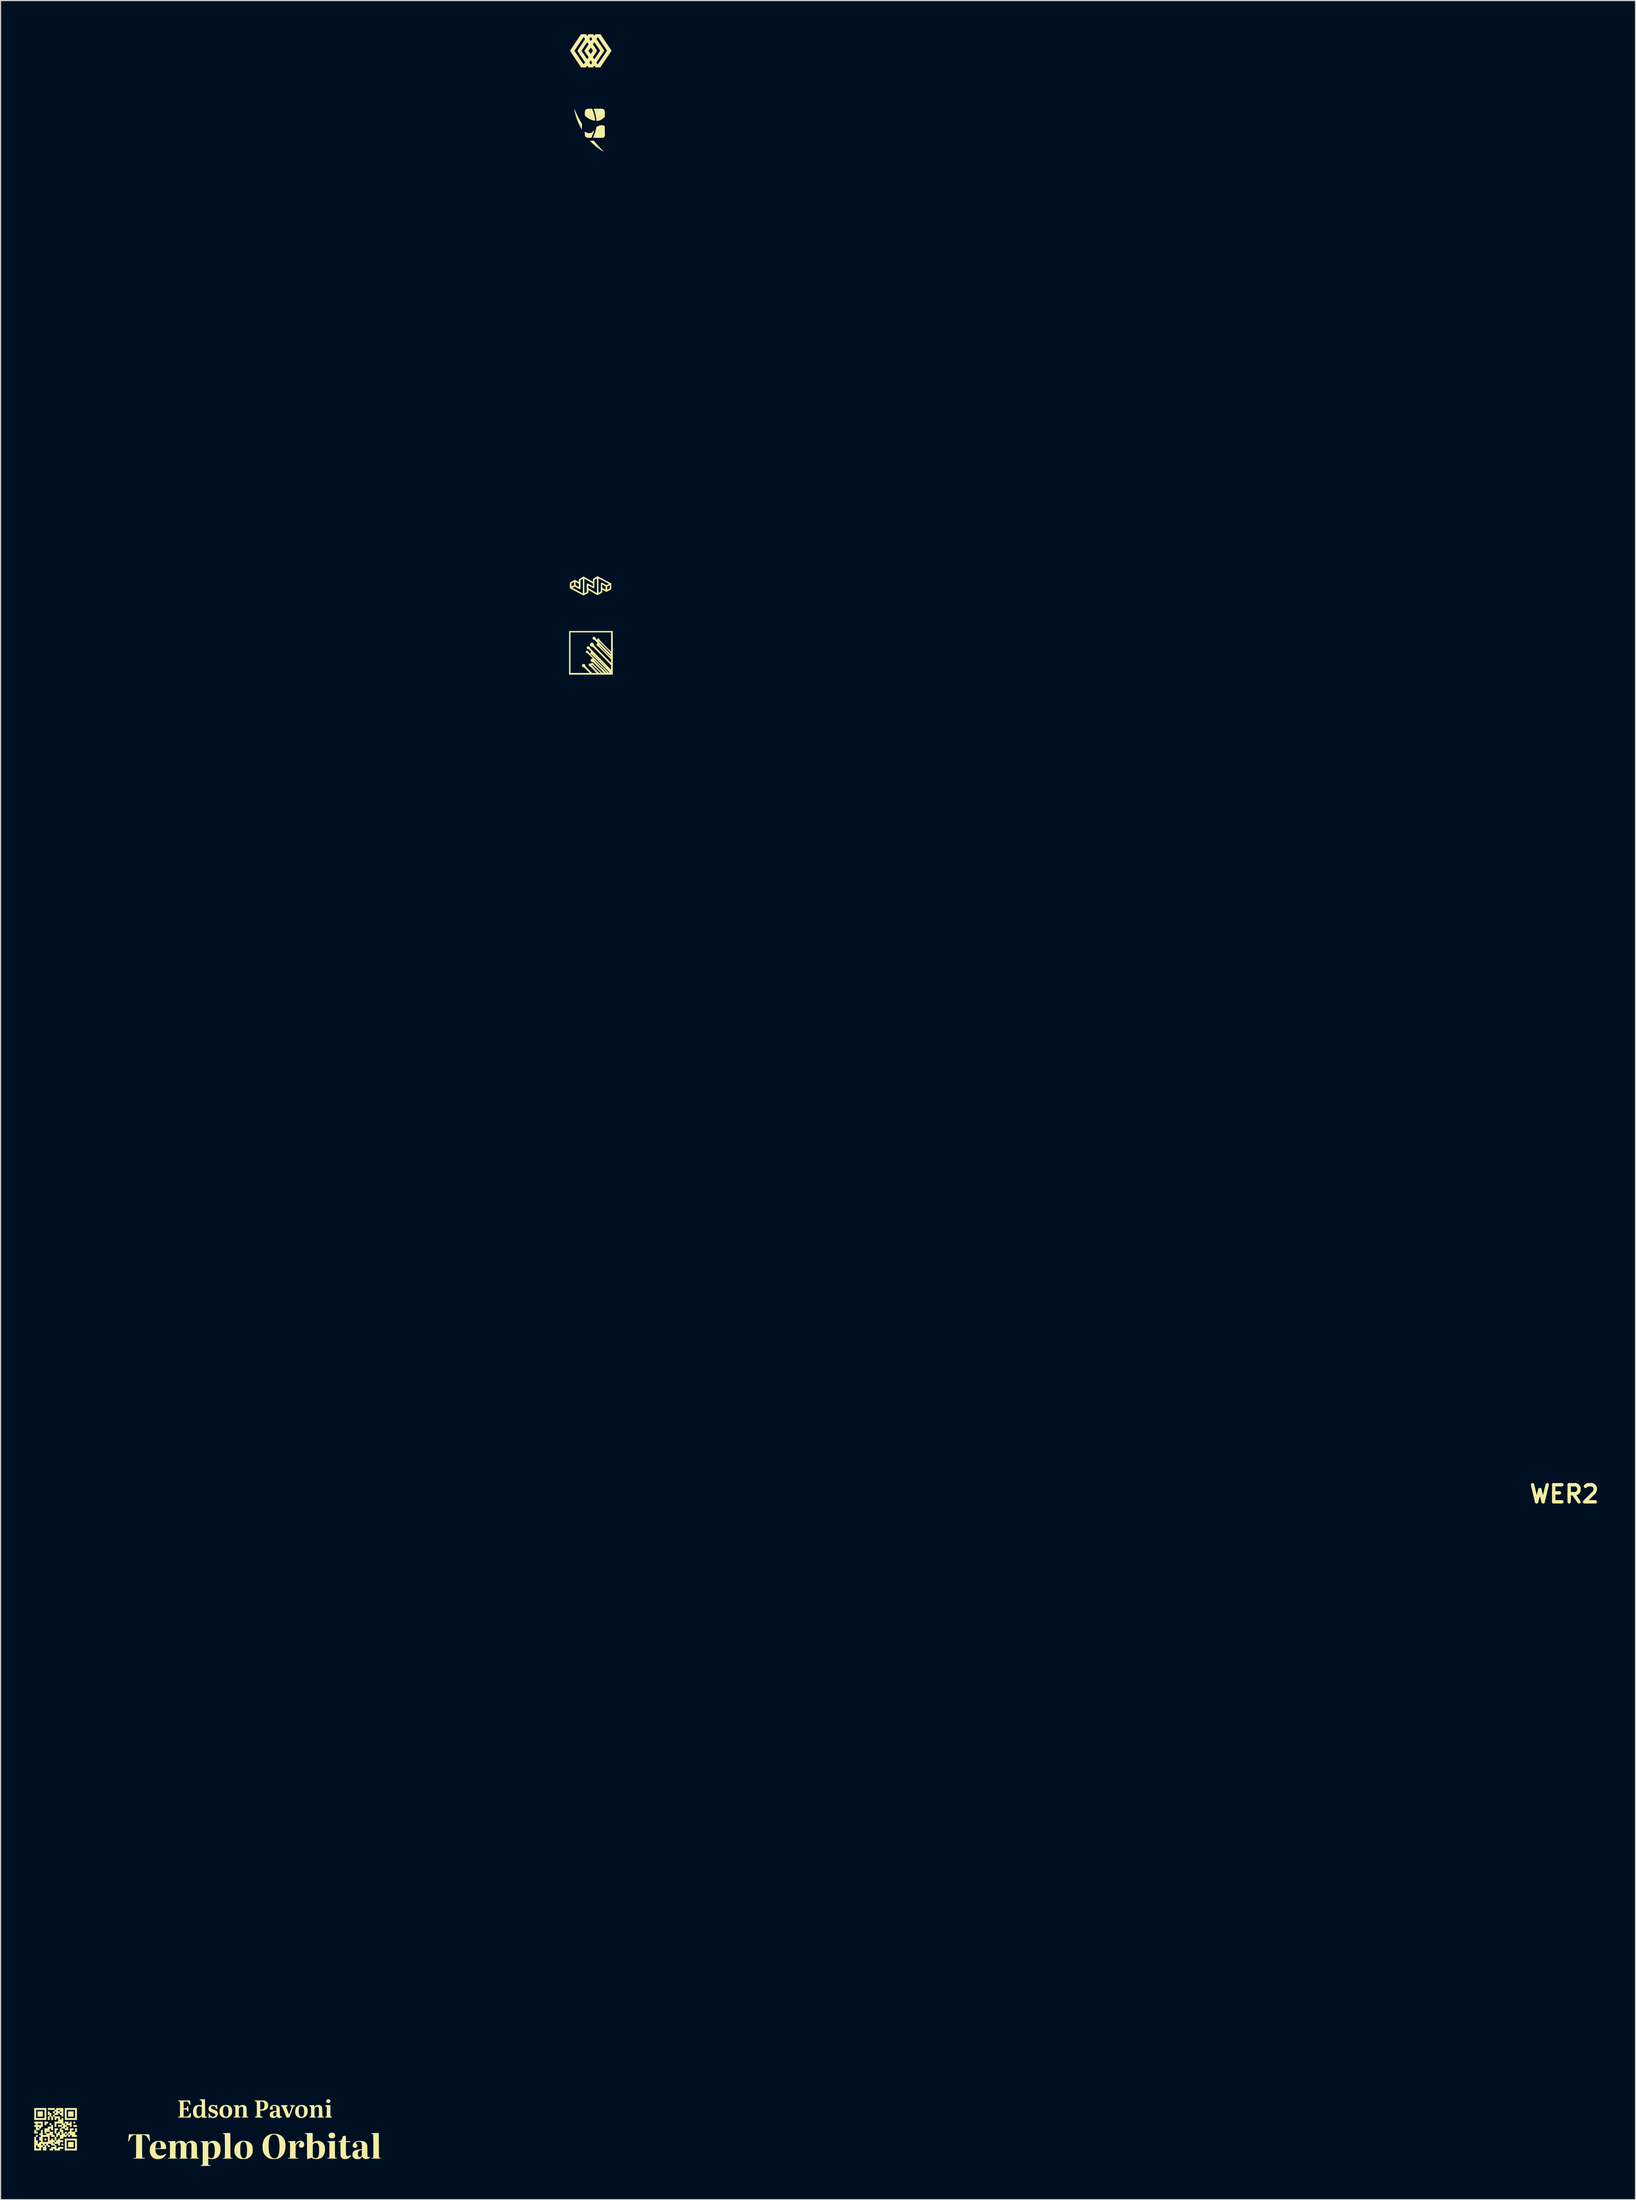
<source format=kicad_pcb>
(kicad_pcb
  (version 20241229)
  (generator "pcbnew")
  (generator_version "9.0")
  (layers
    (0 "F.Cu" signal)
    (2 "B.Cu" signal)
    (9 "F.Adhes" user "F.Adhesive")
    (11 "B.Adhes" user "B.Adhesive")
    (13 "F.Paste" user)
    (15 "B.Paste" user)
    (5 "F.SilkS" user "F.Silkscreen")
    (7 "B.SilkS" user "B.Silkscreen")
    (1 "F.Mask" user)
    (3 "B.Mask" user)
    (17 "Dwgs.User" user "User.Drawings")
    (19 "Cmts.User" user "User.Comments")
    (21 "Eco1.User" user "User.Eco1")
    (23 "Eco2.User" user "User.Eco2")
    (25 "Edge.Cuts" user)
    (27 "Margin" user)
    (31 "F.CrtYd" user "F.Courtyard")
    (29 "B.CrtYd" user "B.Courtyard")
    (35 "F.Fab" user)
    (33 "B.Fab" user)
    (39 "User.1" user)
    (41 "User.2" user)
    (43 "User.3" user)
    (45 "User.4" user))
  (footprint "WER2"
    (layer "F.Cu")
    (at 136.381 130.106)
    (property "Reference" "WER2" (at 0 0 0) (layer "F.SilkS") (effects (font (size 1.524 1.524) (thickness 0.3))))
    (attr board_only exclude_from_pos_files exclude_from_bom)
    (fp_poly (pts (xy -135.616 55.48) (xy -136.084 55.48) (xy -136.084 55.012) (xy -135.616 55.012)) (stroke (width 0) (type solid)) (fill yes) (layer "F.SilkS"))
    (fp_poly (pts (xy -135.296 57.607) (xy -135.467 57.607) (xy -135.467 57.437) (xy -135.296 57.437)) (stroke (width 0) (type solid)) (fill yes) (layer "F.SilkS"))
    (fp_poly (pts (xy -133.786 58.054) (xy -133.956 58.054) (xy -133.956 57.884) (xy -133.786 57.884)) (stroke (width 0) (type solid)) (fill yes) (layer "F.SilkS"))
    (fp_poly (pts (xy -132.871 55.48) (xy -133.361 55.48) (xy -133.361 55.012) (xy -132.871 55.012)) (stroke (width 0) (type solid)) (fill yes) (layer "F.SilkS"))
    (fp_poly (pts (xy -132.871 58.203) (xy -133.361 58.203) (xy -133.361 57.735) (xy -132.871 57.735)) (stroke (width 0) (type solid)) (fill yes) (layer "F.SilkS"))
    (fp_poly (pts (xy -132.722 56.097) (xy -132.893 56.097) (xy -132.893 55.927) (xy -132.722 55.927)) (stroke (width 0) (type solid)) (fill yes) (layer "F.SilkS"))
    (fp_poly (pts (xy -132.574 56.395) (xy -132.893 56.395) (xy -132.893 56.225) (xy -132.574 56.225)) (stroke (width 0) (type solid)) (fill yes) (layer "F.SilkS"))
    (fp_poly (pts (xy -135.296 55.778) (xy -136.381 55.778) (xy -136.381 55.608) (xy -136.211 55.608) (xy -135.467 55.608) (xy -135.467 54.884) (xy -136.211 54.884) (xy -136.211 55.608) (xy -136.381 55.608) (xy -136.381 54.714) (xy -135.296 54.714)) (stroke (width 0) (type solid)) (fill yes) (layer "F.SilkS"))
    (fp_poly (pts (xy -132.574 55.778) (xy -133.658 55.778) (xy -133.658 55.608) (xy -133.488 55.608) (xy -132.744 55.608) (xy -132.744 54.884) (xy -133.488 54.884) (xy -133.488 55.608) (xy -133.658 55.608) (xy -133.658 54.714) (xy -132.574 54.714)) (stroke (width 0) (type solid)) (fill yes) (layer "F.SilkS"))
    (fp_poly (pts (xy -132.574 58.501) (xy -133.658 58.501) (xy -133.658 58.331) (xy -133.488 58.331) (xy -132.744 58.331) (xy -132.744 57.607) (xy -133.488 57.607) (xy -133.488 58.331) (xy -133.658 58.331) (xy -133.658 57.437) (xy -132.574 57.437)) (stroke (width 0) (type solid)) (fill yes) (layer "F.SilkS"))
    (fp_poly (pts (xy -135.148 56.012) (xy -135.15 56.066) (xy -135.164 56.091) (xy -135.2 56.097) (xy -135.222 56.097) (xy -135.272 56.1) (xy -135.292 56.119) (xy -135.296 56.166) (xy -135.296 56.171) (xy -135.299 56.219) (xy -135.315 56.24) (xy -135.356 56.246) (xy -135.382 56.246) (xy -135.467 56.246) (xy -135.467 55.927) (xy -135.148 55.927)) (stroke (width 0) (type solid)) (fill yes) (layer "F.SilkS"))
    (fp_poly (pts (xy -110.096 53.938) (xy -110.031 53.976) (xy -109.991 54.039) (xy -109.982 54.095) (xy -109.999 54.179) (xy -110.049 54.237) (xy -110.128 54.265) (xy -110.164 54.268) (xy -110.231 54.26) (xy -110.287 54.24) (xy -110.294 54.236) (xy -110.34 54.181) (xy -110.356 54.11) (xy -110.344 54.038) (xy -110.305 53.977) (xy -110.266 53.951) (xy -110.177 53.928)) (stroke (width 0) (type solid)) (fill yes) (layer "F.SilkS"))
    (fp_poly (pts (xy -88.216 -123.408) (xy -88.187 -123.346) (xy -88.168 -123.298) (xy -88.113 -123.167) (xy -88.04 -123.01) (xy -87.956 -122.838) (xy -87.866 -122.663) (xy -87.776 -122.494) (xy -87.69 -122.344) (xy -87.687 -122.338) (xy -87.559 -122.122) (xy -87.565 -121.854) (xy -87.57 -121.586) (xy -87.714 -121.867) (xy -87.872 -122.195) (xy -88 -122.505) (xy -88.103 -122.806) (xy -88.184 -123.108) (xy -88.189 -123.128) (xy -88.218 -123.261) (xy -88.235 -123.355) (xy -88.24 -123.412) (xy -88.234 -123.43)) (stroke (width 0) (type solid)) (fill yes) (layer "F.SilkS"))
    (fp_poly (pts (xy -109.76 56.913) (xy -109.663 56.947) (xy -109.597 57.009) (xy -109.562 57.1) (xy -109.556 57.166) (xy -109.56 57.236) (xy -109.579 57.286) (xy -109.621 57.336) (xy -109.628 57.344) (xy -109.672 57.384) (xy -109.711 57.405) (xy -109.762 57.414) (xy -109.836 57.416) (xy -109.942 57.409) (xy -110.012 57.387) (xy -110.025 57.38) (xy -110.102 57.305) (xy -110.14 57.217) (xy -110.139 57.12) (xy -110.124 57.071) (xy -110.076 56.989) (xy -110.01 56.939) (xy -109.918 56.913) (xy -109.886 56.91)) (stroke (width 0) (type solid)) (fill yes) (layer "F.SilkS"))
    (fp_poly (pts (xy -86.582 -123.293) (xy -86.53 -123.143) (xy -86.482 -122.975) (xy -86.44 -122.806) (xy -86.41 -122.649) (xy -86.397 -122.549) (xy -86.384 -122.405) (xy -86.445 -122.406) (xy -86.496 -122.413) (xy -86.571 -122.431) (xy -86.654 -122.455) (xy -86.656 -122.456) (xy -86.875 -122.542) (xy -87.057 -122.646) (xy -87.191 -122.757) (xy -87.305 -122.87) (xy -87.305 -123.064) (xy -87.299 -123.202) (xy -87.278 -123.306) (xy -87.237 -123.38) (xy -87.171 -123.428) (xy -87.076 -123.456) (xy -86.946 -123.468) (xy -86.876 -123.469) (xy -86.649 -123.469)) (stroke (width 0) (type solid)) (fill yes) (layer "F.SilkS"))
    (fp_poly (pts (xy -86.454 -121.558) (xy -86.461 -121.535) (xy -86.482 -121.478) (xy -86.513 -121.396) (xy -86.553 -121.295) (xy -86.587 -121.209) (xy -86.72 -120.874) (xy -86.911 -120.874) (xy -87.014 -120.876) (xy -87.086 -120.883) (xy -87.138 -120.898) (xy -87.169 -120.914) (xy -87.23 -120.957) (xy -87.27 -121.005) (xy -87.293 -121.067) (xy -87.303 -121.153) (xy -87.305 -121.241) (xy -87.305 -121.428) (xy -87.214 -121.375) (xy -87.071 -121.312) (xy -86.927 -121.288) (xy -86.806 -121.301) (xy -86.739 -121.323) (xy -86.679 -121.358) (xy -86.612 -121.415) (xy -86.576 -121.449) (xy -86.52 -121.504) (xy -86.477 -121.542) (xy -86.455 -121.559)) (stroke (width 0) (type solid)) (fill yes) (layer "F.SilkS"))
    (fp_poly (pts (xy -86.281 -120.357) (xy -86.182 -120.242) (xy -86.067 -120.114) (xy -85.95 -119.988) (xy -85.845 -119.88) (xy -85.834 -119.868) (xy -85.755 -119.79) (xy -85.691 -119.723) (xy -85.644 -119.672) (xy -85.62 -119.644) (xy -85.619 -119.64) (xy -85.642 -119.65) (xy -85.694 -119.679) (xy -85.766 -119.723) (xy -85.85 -119.774) (xy -85.957 -119.844) (xy -86.072 -119.921) (xy -86.178 -119.995) (xy -86.232 -120.035) (xy -86.299 -120.087) (xy -86.378 -120.154) (xy -86.466 -120.232) (xy -86.556 -120.314) (xy -86.642 -120.394) (xy -86.719 -120.469) (xy -86.781 -120.532) (xy -86.822 -120.577) (xy -86.837 -120.6) (xy -86.817 -120.608) (xy -86.765 -120.615) (xy -86.691 -120.618) (xy -86.667 -120.618) (xy -86.498 -120.618)) (stroke (width 0) (type solid)) (fill yes) (layer "F.SilkS"))
    (fp_poly (pts (xy -85.978 -123.468) (xy -85.871 -123.467) (xy -85.794 -123.463) (xy -85.739 -123.458) (xy -85.699 -123.449) (xy -85.669 -123.437) (xy -85.652 -123.427) (xy -85.599 -123.389) (xy -85.562 -123.343) (xy -85.538 -123.282) (xy -85.524 -123.198) (xy -85.518 -123.084) (xy -85.518 -123.004) (xy -85.518 -122.75) (xy -85.644 -122.633) (xy -85.8 -122.512) (xy -85.961 -122.431) (xy -86.126 -122.391) (xy -86.146 -122.389) (xy -86.277 -122.378) (xy -86.29 -122.539) (xy -86.315 -122.73) (xy -86.357 -122.94) (xy -86.412 -123.152) (xy -86.476 -123.35) (xy -86.507 -123.431) (xy -86.509 -123.444) (xy -86.502 -123.454) (xy -86.478 -123.461) (xy -86.434 -123.465) (xy -86.363 -123.467) (xy -86.26 -123.468) (xy -86.121 -123.469)) (stroke (width 0) (type solid)) (fill yes) (layer "F.SilkS"))
    (fp_poly (pts (xy -85.731 -121.999) (xy -85.631 -121.97) (xy -85.603 -121.954) (xy -85.528 -121.903) (xy -85.522 -121.461) (xy -85.517 -121.019) (xy -85.662 -120.873) (xy -86.122 -120.873) (xy -86.256 -120.874) (xy -86.375 -120.875) (xy -86.473 -120.877) (xy -86.542 -120.88) (xy -86.578 -120.883) (xy -86.581 -120.885) (xy -86.572 -120.908) (xy -86.549 -120.958) (xy -86.516 -121.024) (xy -86.516 -121.025) (xy -86.464 -121.14) (xy -86.414 -121.274) (xy -86.369 -121.412) (xy -86.334 -121.542) (xy -86.313 -121.649) (xy -86.312 -121.657) (xy -86.302 -121.73) (xy -86.289 -121.79) (xy -86.28 -121.813) (xy -86.253 -121.84) (xy -86.198 -121.876) (xy -86.127 -121.916) (xy -86.119 -121.92) (xy -85.984 -121.973) (xy -85.852 -121.999)) (stroke (width 0) (type solid)) (fill yes) (layer "F.SilkS"))
    (fp_poly (pts (xy -109.982 54.957) (xy -109.981 55.119) (xy -109.981 55.244) (xy -109.978 55.336) (xy -109.972 55.4) (xy -109.962 55.442) (xy -109.948 55.466) (xy -109.927 55.477) (xy -109.9 55.48) (xy -109.873 55.48) (xy -109.839 55.496) (xy -109.833 55.523) (xy -109.835 55.539) (xy -109.846 55.551) (xy -109.871 55.558) (xy -109.918 55.563) (xy -109.993 55.565) (xy -110.103 55.565) (xy -110.141 55.565) (xy -110.261 55.565) (xy -110.346 55.563) (xy -110.4 55.56) (xy -110.431 55.553) (xy -110.446 55.543) (xy -110.45 55.528) (xy -110.45 55.524) (xy -110.438 55.493) (xy -110.396 55.478) (xy -110.38 55.476) (xy -110.311 55.469) (xy -110.306 55.035) (xy -110.304 54.882) (xy -110.304 54.767) (xy -110.307 54.684) (xy -110.313 54.628) (xy -110.325 54.593) (xy -110.343 54.574) (xy -110.368 54.567) (xy -110.401 54.566) (xy -110.402 54.566) (xy -110.441 54.552) (xy -110.45 54.525) (xy -110.442 54.498) (xy -110.415 54.479) (xy -110.362 54.467) (xy -110.278 54.461) (xy -110.168 54.459) (xy -109.982 54.459)) (stroke (width 0) (type solid)) (fill yes) (layer "F.SilkS"))
    (fp_poly (pts (xy -109.575 58.347) (xy -109.574 58.518) (xy -109.573 58.676) (xy -109.57 58.817) (xy -109.567 58.935) (xy -109.564 59.025) (xy -109.561 59.081) (xy -109.558 59.096) (xy -109.538 59.134) (xy -109.497 59.154) (xy -109.461 59.16) (xy -109.406 59.173) (xy -109.373 59.192) (xy -109.37 59.198) (xy -109.376 59.207) (xy -109.404 59.214) (xy -109.457 59.219) (xy -109.541 59.222) (xy -109.659 59.224) (xy -109.811 59.224) (xy -109.967 59.224) (xy -110.084 59.222) (xy -110.167 59.219) (xy -110.22 59.214) (xy -110.247 59.207) (xy -110.253 59.198) (xy -110.228 59.178) (xy -110.177 59.163) (xy -110.161 59.16) (xy -110.077 59.15) (xy -110.072 58.482) (xy -110.071 58.267) (xy -110.071 58.093) (xy -110.073 57.96) (xy -110.077 57.865) (xy -110.083 57.807) (xy -110.089 57.787) (xy -110.125 57.766) (xy -110.181 57.753) (xy -110.189 57.752) (xy -110.248 57.74) (xy -110.272 57.72) (xy -110.26 57.699) (xy -110.212 57.684) (xy -110.164 57.679) (xy -110.084 57.674) (xy -109.983 57.668) (xy -109.872 57.663) (xy -109.859 57.662) (xy -109.577 57.651)) (stroke (width 0) (type solid)) (fill yes) (layer "F.SilkS"))
    (fp_poly (pts (xy -112.339 54.464) (xy -112.239 54.512) (xy -112.151 54.586) (xy -112.077 54.674) (xy -112.031 54.77) (xy -112.008 54.884) (xy -112.003 54.993) (xy -112.019 55.166) (xy -112.067 55.312) (xy -112.146 55.43) (xy -112.253 55.518) (xy -112.388 55.575) (xy -112.529 55.597) (xy -112.614 55.599) (xy -112.691 55.596) (xy -112.738 55.589) (xy -112.878 55.533) (xy -112.989 55.448) (xy -113.068 55.334) (xy -113.116 55.193) (xy -113.13 55.045) (xy -113.121 54.953) (xy -112.808 54.953) (xy -112.806 55.044) (xy -112.798 55.16) (xy -112.786 55.245) (xy -112.766 55.311) (xy -112.75 55.346) (xy -112.688 55.434) (xy -112.614 55.485) (xy -112.53 55.496) (xy -112.464 55.478) (xy -112.408 55.439) (xy -112.368 55.375) (xy -112.342 55.283) (xy -112.327 55.156) (xy -112.325 55.117) (xy -112.327 54.929) (xy -112.347 54.777) (xy -112.387 54.664) (xy -112.446 54.587) (xy -112.524 54.549) (xy -112.572 54.544) (xy -112.659 54.559) (xy -112.725 54.606) (xy -112.772 54.686) (xy -112.799 54.801) (xy -112.808 54.953) (xy -113.121 54.953) (xy -113.114 54.871) (xy -113.067 54.725) (xy -112.989 54.608) (xy -112.882 54.521) (xy -112.746 54.465) (xy -112.604 54.442) (xy -112.457 54.442)) (stroke (width 0) (type solid)) (fill yes) (layer "F.SilkS"))
    (fp_poly (pts (xy -119.131 54.452) (xy -119 54.494) (xy -118.896 54.568) (xy -118.814 54.674) (xy -118.795 54.71) (xy -118.765 54.779) (xy -118.747 54.843) (xy -118.74 54.918) (xy -118.739 55.004) (xy -118.742 55.104) (xy -118.752 55.178) (xy -118.774 55.245) (xy -118.797 55.297) (xy -118.881 55.422) (xy -118.99 55.517) (xy -119.12 55.578) (xy -119.265 55.606) (xy -119.42 55.596) (xy -119.529 55.567) (xy -119.659 55.502) (xy -119.762 55.405) (xy -119.816 55.321) (xy -119.84 55.266) (xy -119.854 55.205) (xy -119.861 55.124) (xy -119.862 55.044) (xy -119.861 54.945) (xy -119.859 54.928) (xy -119.551 54.928) (xy -119.547 55.073) (xy -119.526 55.228) (xy -119.488 55.348) (xy -119.432 55.431) (xy -119.376 55.471) (xy -119.311 55.495) (xy -119.261 55.497) (xy -119.207 55.477) (xy -119.194 55.47) (xy -119.136 55.42) (xy -119.095 55.339) (xy -119.07 55.224) (xy -119.06 55.071) (xy -119.06 55.055) (xy -119.063 54.953) (xy -119.07 54.856) (xy -119.081 54.78) (xy -119.085 54.759) (xy -119.128 54.658) (xy -119.191 54.588) (xy -119.265 54.55) (xy -119.347 54.548) (xy -119.428 54.585) (xy -119.445 54.598) (xy -119.501 54.672) (xy -119.537 54.783) (xy -119.551 54.928) (xy -119.859 54.928) (xy -119.854 54.873) (xy -119.839 54.813) (xy -119.812 54.75) (xy -119.803 54.73) (xy -119.722 54.607) (xy -119.616 54.517) (xy -119.485 54.461) (xy -119.327 54.438) (xy -119.291 54.438)) (stroke (width 0) (type solid)) (fill yes) (layer "F.SilkS"))
    (fp_poly (pts (xy -135.616 56.395) (xy -135.69 56.395) (xy -135.74 56.398) (xy -135.76 56.417) (xy -135.764 56.464) (xy -135.764 56.469) (xy -135.768 56.519) (xy -135.786 56.54) (xy -135.833 56.544) (xy -135.839 56.544) (xy -135.889 56.547) (xy -135.909 56.566) (xy -135.913 56.613) (xy -135.913 56.618) (xy -135.913 56.693) (xy -136.211 56.693) (xy -136.211 56.756) (xy -136.207 56.799) (xy -136.186 56.817) (xy -136.137 56.82) (xy -136.089 56.823) (xy -136.068 56.839) (xy -136.062 56.88) (xy -136.062 56.905) (xy -136.062 56.99) (xy -136.381 56.99) (xy -136.381 56.671) (xy -136.232 56.671) (xy -136.232 56.459) (xy -136.062 56.459) (xy -136.057 56.504) (xy -136.032 56.52) (xy -135.998 56.522) (xy -135.953 56.517) (xy -135.937 56.492) (xy -135.935 56.459) (xy -135.94 56.413) (xy -135.965 56.397) (xy -135.998 56.395) (xy -136.044 56.4) (xy -136.06 56.425) (xy -136.062 56.459) (xy -136.232 56.459) (xy -136.232 56.395) (xy -136.307 56.395) (xy -136.355 56.392) (xy -136.376 56.376) (xy -136.381 56.335) (xy -136.381 56.31) (xy -136.379 56.255) (xy -136.365 56.231) (xy -136.329 56.225) (xy -136.307 56.225) (xy -136.062 56.225) (xy -135.786 56.225) (xy -135.786 56.097) (xy -136.062 56.097) (xy -136.062 56.225) (xy -136.307 56.225) (xy -136.257 56.221) (xy -136.236 56.203) (xy -136.232 56.161) (xy -136.237 56.118) (xy -136.258 56.1) (xy -136.307 56.097) (xy -136.355 56.094) (xy -136.376 56.079) (xy -136.381 56.037) (xy -136.381 56.012) (xy -136.381 55.927) (xy -135.616 55.927)) (stroke (width 0) (type solid)) (fill yes) (layer "F.SilkS"))
    (fp_poly (pts (xy -108.637 57.19) (xy -108.619 57.193) (xy -108.611 57.218) (xy -108.604 57.277) (xy -108.6 57.359) (xy -108.599 57.438) (xy -108.599 57.671) (xy -108.397 57.671) (xy -108.303 57.672) (xy -108.244 57.675) (xy -108.211 57.682) (xy -108.197 57.695) (xy -108.195 57.714) (xy -108.198 57.734) (xy -108.212 57.746) (xy -108.246 57.753) (xy -108.307 57.756) (xy -108.397 57.756) (xy -108.599 57.756) (xy -108.599 58.296) (xy -108.598 58.483) (xy -108.596 58.632) (xy -108.591 58.748) (xy -108.584 58.836) (xy -108.573 58.899) (xy -108.558 58.943) (xy -108.538 58.972) (xy -108.514 58.99) (xy -108.513 58.991) (xy -108.434 59.011) (xy -108.343 59.001) (xy -108.255 58.962) (xy -108.25 58.958) (xy -108.181 58.918) (xy -108.141 58.907) (xy -108.129 58.924) (xy -108.146 58.966) (xy -108.192 59.031) (xy -108.231 59.076) (xy -108.329 59.17) (xy -108.427 59.229) (xy -108.538 59.259) (xy -108.654 59.266) (xy -108.754 59.262) (xy -108.829 59.247) (xy -108.897 59.218) (xy -108.989 59.148) (xy -109.033 59.085) (xy -109.046 59.058) (xy -109.056 59.029) (xy -109.064 58.992) (xy -109.07 58.942) (xy -109.075 58.873) (xy -109.078 58.782) (xy -109.08 58.662) (xy -109.083 58.508) (xy -109.084 58.379) (xy -109.09 57.756) (xy -109.185 57.756) (xy -109.252 57.749) (xy -109.28 57.732) (xy -109.268 57.708) (xy -109.217 57.683) (xy -109.181 57.673) (xy -109.09 57.637) (xy -109.017 57.578) (xy -108.96 57.49) (xy -108.914 57.368) (xy -108.888 57.265) (xy -108.876 57.232) (xy -108.852 57.213) (xy -108.803 57.201) (xy -108.757 57.195) (xy -108.689 57.19)) (stroke (width 0) (type solid)) (fill yes) (layer "F.SilkS"))
    (fp_poly (pts (xy -118.923 56.938) (xy -118.913 56.939) (xy -118.909 56.962) (xy -118.906 57.024) (xy -118.903 57.119) (xy -118.901 57.245) (xy -118.898 57.398) (xy -118.897 57.573) (xy -118.896 57.765) (xy -118.895 57.973) (xy -118.895 58.03) (xy -118.895 58.278) (xy -118.895 58.486) (xy -118.894 58.659) (xy -118.892 58.8) (xy -118.889 58.911) (xy -118.885 58.997) (xy -118.879 59.06) (xy -118.871 59.105) (xy -118.861 59.134) (xy -118.848 59.15) (xy -118.832 59.158) (xy -118.813 59.16) (xy -118.797 59.16) (xy -118.742 59.166) (xy -118.716 59.173) (xy -118.685 59.189) (xy -118.686 59.201) (xy -118.72 59.211) (xy -118.79 59.218) (xy -118.897 59.222) (xy -119.043 59.224) (xy -119.131 59.224) (xy -119.286 59.224) (xy -119.403 59.222) (xy -119.485 59.219) (xy -119.538 59.213) (xy -119.565 59.206) (xy -119.571 59.198) (xy -119.545 59.178) (xy -119.496 59.165) (xy -119.489 59.164) (xy -119.435 59.152) (xy -119.402 59.134) (xy -119.401 59.132) (xy -119.396 59.104) (xy -119.393 59.039) (xy -119.39 58.942) (xy -119.388 58.818) (xy -119.386 58.671) (xy -119.385 58.508) (xy -119.384 58.333) (xy -119.384 58.152) (xy -119.385 57.969) (xy -119.386 57.79) (xy -119.388 57.62) (xy -119.39 57.464) (xy -119.393 57.327) (xy -119.396 57.215) (xy -119.4 57.132) (xy -119.404 57.084) (xy -119.406 57.074) (xy -119.445 57.041) (xy -119.513 57.02) (xy -119.566 57.006) (xy -119.595 56.986) (xy -119.597 56.98) (xy -119.583 56.969) (xy -119.539 56.96) (xy -119.461 56.952) (xy -119.346 56.945) (xy -119.264 56.941) (xy -119.148 56.938) (xy -119.048 56.936) (xy -118.97 56.936)) (stroke (width 0) (type solid)) (fill yes) (layer "F.SilkS"))
    (fp_poly (pts (xy -105.691 56.938) (xy -105.681 56.939) (xy -105.677 56.962) (xy -105.674 57.024) (xy -105.671 57.119) (xy -105.669 57.245) (xy -105.667 57.398) (xy -105.665 57.573) (xy -105.664 57.765) (xy -105.663 57.973) (xy -105.663 58.03) (xy -105.663 58.278) (xy -105.663 58.486) (xy -105.662 58.659) (xy -105.66 58.8) (xy -105.657 58.911) (xy -105.653 58.997) (xy -105.647 59.06) (xy -105.639 59.105) (xy -105.629 59.134) (xy -105.616 59.15) (xy -105.6 59.158) (xy -105.581 59.16) (xy -105.565 59.16) (xy -105.511 59.166) (xy -105.484 59.173) (xy -105.454 59.189) (xy -105.454 59.201) (xy -105.489 59.211) (xy -105.558 59.218) (xy -105.665 59.222) (xy -105.811 59.224) (xy -105.899 59.224) (xy -106.054 59.224) (xy -106.171 59.222) (xy -106.254 59.219) (xy -106.306 59.213) (xy -106.333 59.206) (xy -106.339 59.198) (xy -106.314 59.178) (xy -106.264 59.165) (xy -106.257 59.164) (xy -106.204 59.152) (xy -106.17 59.134) (xy -106.169 59.132) (xy -106.165 59.104) (xy -106.161 59.039) (xy -106.158 58.942) (xy -106.156 58.818) (xy -106.154 58.671) (xy -106.153 58.508) (xy -106.152 58.333) (xy -106.152 58.152) (xy -106.153 57.969) (xy -106.154 57.79) (xy -106.156 57.62) (xy -106.158 57.464) (xy -106.161 57.327) (xy -106.164 57.215) (xy -106.168 57.132) (xy -106.172 57.084) (xy -106.174 57.074) (xy -106.214 57.041) (xy -106.281 57.02) (xy -106.334 57.006) (xy -106.363 56.986) (xy -106.365 56.98) (xy -106.351 56.969) (xy -106.307 56.96) (xy -106.229 56.952) (xy -106.114 56.945) (xy -106.032 56.941) (xy -105.917 56.938) (xy -105.816 56.936) (xy -105.739 56.936)) (stroke (width 0) (type solid)) (fill yes) (layer "F.SilkS"))
    (fp_poly (pts (xy -125.163 57.641) (xy -125.091 57.645) (xy -125.035 57.656) (xy -124.982 57.676) (xy -124.924 57.704) (xy -124.825 57.766) (xy -124.751 57.84) (xy -124.731 57.869) (xy -124.673 57.98) (xy -124.636 58.105) (xy -124.623 58.228) (xy -124.628 58.289) (xy -124.642 58.373) (xy -125.575 58.373) (xy -125.575 58.465) (xy -125.561 58.592) (xy -125.524 58.711) (xy -125.468 58.806) (xy -125.442 58.834) (xy -125.369 58.895) (xy -125.301 58.932) (xy -125.22 58.948) (xy -125.125 58.951) (xy -124.961 58.931) (xy -124.81 58.873) (xy -124.721 58.818) (xy -124.665 58.789) (xy -124.634 58.794) (xy -124.629 58.83) (xy -124.65 58.885) (xy -124.716 58.981) (xy -124.808 59.076) (xy -124.913 59.159) (xy -125.017 59.216) (xy -125.028 59.221) (xy -125.154 59.253) (xy -125.301 59.267) (xy -125.452 59.262) (xy -125.59 59.24) (xy -125.634 59.226) (xy -125.777 59.157) (xy -125.894 59.056) (xy -125.972 58.949) (xy -126.032 58.826) (xy -126.069 58.691) (xy -126.084 58.533) (xy -126.085 58.473) (xy -126.071 58.309) (xy -125.575 58.309) (xy -125.11 58.309) (xy -125.095 58.243) (xy -125.087 58.16) (xy -125.091 58.059) (xy -125.105 57.954) (xy -125.128 57.862) (xy -125.156 57.796) (xy -125.157 57.794) (xy -125.217 57.736) (xy -125.29 57.713) (xy -125.366 57.725) (xy -125.436 57.769) (xy -125.49 57.841) (xy -125.52 57.919) (xy -125.546 58.022) (xy -125.566 58.131) (xy -125.575 58.229) (xy -125.575 58.239) (xy -125.575 58.309) (xy -126.071 58.309) (xy -126.068 58.274) (xy -126.017 58.099) (xy -125.932 57.948) (xy -125.817 57.823) (xy -125.707 57.741) (xy -125.589 57.685) (xy -125.453 57.653) (xy -125.289 57.641) (xy -125.265 57.641)) (stroke (width 0) (type solid)) (fill yes) (layer "F.SilkS"))
    (fp_poly (pts (xy -113.244 54.46) (xy -113.183 54.462) (xy -113.149 54.469) (xy -113.133 54.481) (xy -113.13 54.5) (xy -113.13 54.502) (xy -113.145 54.538) (xy -113.193 54.558) (xy -113.194 54.558) (xy -113.245 54.574) (xy -113.274 54.594) (xy -113.286 54.62) (xy -113.309 54.68) (xy -113.343 54.768) (xy -113.385 54.879) (xy -113.433 55.005) (xy -113.462 55.086) (xy -113.635 55.555) (xy -113.761 55.561) (xy -113.887 55.567) (xy -114.078 55.084) (xy -114.132 54.949) (xy -114.183 54.828) (xy -114.228 54.725) (xy -114.264 54.646) (xy -114.29 54.598) (xy -114.3 54.585) (xy -114.35 54.564) (xy -114.367 54.558) (xy -114.393 54.532) (xy -114.392 54.503) (xy -114.385 54.485) (xy -114.37 54.473) (xy -114.342 54.466) (xy -114.292 54.461) (xy -114.214 54.459) (xy -114.101 54.459) (xy -114.083 54.459) (xy -113.966 54.459) (xy -113.885 54.46) (xy -113.833 54.464) (xy -113.805 54.471) (xy -113.793 54.481) (xy -113.792 54.498) (xy -113.793 54.507) (xy -113.815 54.547) (xy -113.864 54.566) (xy -113.911 54.585) (xy -113.922 54.609) (xy -113.909 54.656) (xy -113.886 54.727) (xy -113.855 54.816) (xy -113.818 54.914) (xy -113.78 55.013) (xy -113.742 55.107) (xy -113.708 55.188) (xy -113.681 55.249) (xy -113.663 55.281) (xy -113.659 55.283) (xy -113.64 55.244) (xy -113.614 55.176) (xy -113.582 55.088) (xy -113.548 54.988) (xy -113.514 54.884) (xy -113.483 54.784) (xy -113.458 54.698) (xy -113.441 54.634) (xy -113.435 54.6) (xy -113.436 54.597) (xy -113.465 54.57) (xy -113.486 54.565) (xy -113.541 54.553) (xy -113.567 54.522) (xy -113.565 54.494) (xy -113.552 54.478) (xy -113.524 54.467) (xy -113.473 54.461) (xy -113.391 54.459) (xy -113.34 54.459)) (stroke (width 0) (type solid)) (fill yes) (layer "F.SilkS"))
    (fp_poly (pts (xy -112.601 57.636) (xy -112.504 57.661) (xy -112.421 57.711) (xy -112.358 57.784) (xy -112.321 57.88) (xy -112.314 57.94) (xy -112.325 58.061) (xy -112.365 58.153) (xy -112.432 58.215) (xy -112.527 58.243) (xy -112.567 58.246) (xy -112.669 58.231) (xy -112.74 58.191) (xy -112.778 58.126) (xy -112.782 58.042) (xy -112.75 57.94) (xy -112.717 57.877) (xy -112.644 57.756) (xy -112.711 57.757) (xy -112.805 57.777) (xy -112.899 57.831) (xy -112.981 57.913) (xy -113.012 57.957) (xy -113.077 58.061) (xy -113.084 58.567) (xy -113.085 58.761) (xy -113.084 58.913) (xy -113.08 59.024) (xy -113.074 59.092) (xy -113.068 59.115) (xy -113.041 59.143) (xy -112.994 59.159) (xy -112.935 59.165) (xy -112.867 59.173) (xy -112.824 59.188) (xy -112.816 59.198) (xy -112.822 59.206) (xy -112.85 59.213) (xy -112.902 59.218) (xy -112.985 59.222) (xy -113.101 59.223) (xy -113.255 59.224) (xy -113.29 59.224) (xy -113.451 59.224) (xy -113.574 59.222) (xy -113.663 59.219) (xy -113.721 59.214) (xy -113.753 59.208) (xy -113.763 59.199) (xy -113.763 59.198) (xy -113.738 59.178) (xy -113.687 59.163) (xy -113.671 59.16) (xy -113.587 59.15) (xy -113.582 58.482) (xy -113.581 58.267) (xy -113.581 58.093) (xy -113.583 57.96) (xy -113.587 57.865) (xy -113.593 57.807) (xy -113.599 57.787) (xy -113.635 57.766) (xy -113.691 57.753) (xy -113.699 57.752) (xy -113.758 57.74) (xy -113.782 57.72) (xy -113.77 57.699) (xy -113.722 57.684) (xy -113.673 57.679) (xy -113.594 57.673) (xy -113.493 57.667) (xy -113.383 57.662) (xy -113.38 57.662) (xy -113.109 57.651) (xy -113.109 57.98) (xy -113.064 57.889) (xy -112.995 57.786) (xy -112.908 57.71) (xy -112.809 57.66) (xy -112.705 57.635)) (stroke (width 0) (type solid)) (fill yes) (layer "F.SilkS"))
    (fp_poly (pts (xy -121.38 53.931) (xy -121.366 53.932) (xy -121.161 53.938) (xy -121.15 54.704) (xy -121.139 55.469) (xy -121.07 55.476) (xy -121.022 55.486) (xy -121.003 55.511) (xy -121.001 55.535) (xy -121.001 55.588) (xy -121.208 55.582) (xy -121.416 55.576) (xy -121.426 55.504) (xy -121.437 55.433) (xy -121.48 55.481) (xy -121.568 55.55) (xy -121.679 55.591) (xy -121.802 55.603) (xy -121.926 55.583) (xy -121.944 55.577) (xy -122.056 55.517) (xy -122.14 55.428) (xy -122.196 55.308) (xy -122.227 55.156) (xy -122.23 55.106) (xy -122.226 54.953) (xy -121.914 54.953) (xy -121.912 55.061) (xy -121.899 55.202) (xy -121.872 55.308) (xy -121.829 55.382) (xy -121.769 55.43) (xy -121.766 55.432) (xy -121.713 55.453) (xy -121.666 55.455) (xy -121.606 55.436) (xy -121.585 55.428) (xy -121.537 55.402) (xy -121.502 55.366) (xy -121.477 55.314) (xy -121.461 55.24) (xy -121.452 55.137) (xy -121.448 55.001) (xy -121.448 54.937) (xy -121.448 54.627) (xy -121.546 54.583) (xy -121.653 54.551) (xy -121.743 54.558) (xy -121.814 54.601) (xy -121.866 54.682) (xy -121.9 54.8) (xy -121.914 54.953) (xy -122.226 54.953) (xy -122.225 54.929) (xy -122.189 54.773) (xy -122.123 54.643) (xy -122.031 54.542) (xy -121.913 54.472) (xy -121.903 54.468) (xy -121.825 54.45) (xy -121.725 54.442) (xy -121.619 54.444) (xy -121.527 54.457) (xy -121.485 54.47) (xy -121.468 54.473) (xy -121.457 54.462) (xy -121.451 54.428) (xy -121.448 54.365) (xy -121.448 54.285) (xy -121.45 54.177) (xy -121.458 54.105) (xy -121.476 54.062) (xy -121.507 54.041) (xy -121.554 54.034) (xy -121.569 54.034) (xy -121.623 54.027) (xy -121.637 54.005) (xy -121.612 53.967) (xy -121.605 53.96) (xy -121.58 53.943) (xy -121.54 53.934) (xy -121.476 53.93)) (stroke (width 0) (type solid)) (fill yes) (layer "F.SilkS"))
    (fp_poly (pts (xy -120.099 54.458) (xy -120.078 54.52) (xy -120.067 54.621) (xy -120.065 54.698) (xy -120.067 54.76) (xy -120.078 54.79) (xy -120.101 54.799) (xy -120.109 54.799) (xy -120.152 54.779) (xy -120.181 54.73) (xy -120.217 54.669) (xy -120.266 54.608) (xy -120.276 54.599) (xy -120.344 54.554) (xy -120.421 54.535) (xy -120.497 54.54) (xy -120.561 54.567) (xy -120.605 54.613) (xy -120.618 54.666) (xy -120.609 54.726) (xy -120.579 54.772) (xy -120.519 54.81) (xy -120.432 54.843) (xy -120.292 54.895) (xy -120.178 54.947) (xy -120.097 54.998) (xy -120.056 55.039) (xy -120.016 55.138) (xy -120.009 55.249) (xy -120.034 55.36) (xy -120.088 55.458) (xy -120.12 55.494) (xy -120.212 55.554) (xy -120.328 55.591) (xy -120.453 55.603) (xy -120.576 55.588) (xy -120.666 55.556) (xy -120.707 55.538) (xy -120.726 55.545) (xy -120.736 55.567) (xy -120.763 55.601) (xy -120.787 55.608) (xy -120.811 55.599) (xy -120.827 55.565) (xy -120.838 55.498) (xy -120.838 55.496) (xy -120.85 55.365) (xy -120.851 55.273) (xy -120.838 55.216) (xy -120.818 55.195) (xy -120.777 55.19) (xy -120.751 55.217) (xy -120.736 55.262) (xy -120.696 55.352) (xy -120.633 55.423) (xy -120.554 55.472) (xy -120.468 55.495) (xy -120.384 55.491) (xy -120.31 55.455) (xy -120.279 55.423) (xy -120.238 55.351) (xy -120.238 55.286) (xy -120.279 55.23) (xy -120.362 55.18) (xy -120.473 55.139) (xy -120.62 55.087) (xy -120.728 55.026) (xy -120.799 54.956) (xy -120.824 54.91) (xy -120.847 54.803) (xy -120.834 54.694) (xy -120.788 54.593) (xy -120.714 54.51) (xy -120.653 54.473) (xy -120.568 54.448) (xy -120.462 54.439) (xy -120.355 54.446) (xy -120.265 54.469) (xy -120.216 54.487) (xy -120.191 54.487) (xy -120.179 54.469) (xy -120.15 54.442) (xy -120.129 54.438)) (stroke (width 0) (type solid)) (fill yes) (layer "F.SilkS"))
    (fp_poly (pts (xy -114.762 57.027) (xy -114.575 57.074) (xy -114.412 57.153) (xy -114.27 57.266) (xy -114.242 57.295) (xy -114.136 57.433) (xy -114.059 57.586) (xy -114.009 57.761) (xy -113.984 57.963) (xy -113.981 58.087) (xy -113.997 58.337) (xy -114.044 58.561) (xy -114.123 58.757) (xy -114.232 58.925) (xy -114.371 59.063) (xy -114.54 59.172) (xy -114.571 59.187) (xy -114.636 59.216) (xy -114.692 59.236) (xy -114.75 59.248) (xy -114.822 59.255) (xy -114.92 59.259) (xy -114.97 59.26) (xy -115.079 59.26) (xy -115.179 59.257) (xy -115.26 59.252) (xy -115.305 59.245) (xy -115.428 59.201) (xy -115.557 59.134) (xy -115.676 59.053) (xy -115.745 58.992) (xy -115.856 58.857) (xy -115.939 58.708) (xy -115.994 58.539) (xy -116.023 58.345) (xy -116.03 58.165) (xy -115.487 58.165) (xy -115.485 58.224) (xy -115.477 58.404) (xy -115.464 58.55) (xy -115.444 58.672) (xy -115.417 58.779) (xy -115.38 58.879) (xy -115.351 58.942) (xy -115.274 59.058) (xy -115.176 59.141) (xy -115.062 59.188) (xy -114.937 59.197) (xy -114.854 59.182) (xy -114.767 59.143) (xy -114.695 59.078) (xy -114.637 58.984) (xy -114.592 58.858) (xy -114.557 58.697) (xy -114.533 58.498) (xy -114.53 58.462) (xy -114.518 58.234) (xy -114.52 58.014) (xy -114.535 57.806) (xy -114.563 57.616) (xy -114.602 57.452) (xy -114.652 57.319) (xy -114.691 57.249) (xy -114.779 57.157) (xy -114.887 57.1) (xy -115.008 57.079) (xy -115.133 57.097) (xy -115.161 57.106) (xy -115.256 57.16) (xy -115.334 57.243) (xy -115.395 57.358) (xy -115.441 57.506) (xy -115.471 57.688) (xy -115.486 57.907) (xy -115.487 58.165) (xy -116.03 58.165) (xy -116.031 58.16) (xy -116.015 57.917) (xy -115.968 57.699) (xy -115.893 57.51) (xy -115.788 57.349) (xy -115.654 57.219) (xy -115.533 57.141) (xy -115.401 57.079) (xy -115.272 57.039) (xy -115.132 57.018) (xy -114.977 57.012)) (stroke (width 0) (type solid)) (fill yes) (layer "F.SilkS"))
    (fp_poly (pts (xy -116.403 54.035) (xy -116.284 54.037) (xy -115.842 54.044) (xy -115.727 54.108) (xy -115.629 54.177) (xy -115.566 54.26) (xy -115.533 54.365) (xy -115.526 54.468) (xy -115.545 54.611) (xy -115.598 54.731) (xy -115.684 54.826) (xy -115.801 54.895) (xy -115.948 54.936) (xy -116.101 54.948) (xy -116.236 54.948) (xy -116.236 55.173) (xy -116.234 55.293) (xy -116.228 55.378) (xy -116.213 55.432) (xy -116.188 55.463) (xy -116.148 55.477) (xy -116.097 55.48) (xy -116.037 55.483) (xy -116.009 55.495) (xy -116.002 55.52) (xy -116.002 55.523) (xy -116.004 55.538) (xy -116.013 55.549) (xy -116.037 55.557) (xy -116.08 55.562) (xy -116.148 55.564) (xy -116.248 55.565) (xy -116.365 55.565) (xy -116.497 55.565) (xy -116.593 55.564) (xy -116.657 55.561) (xy -116.697 55.555) (xy -116.716 55.548) (xy -116.722 55.536) (xy -116.721 55.528) (xy -116.694 55.496) (xy -116.641 55.48) (xy -116.588 55.465) (xy -116.561 55.432) (xy -116.55 55.399) (xy -116.545 55.359) (xy -116.542 55.284) (xy -116.539 55.178) (xy -116.537 55.049) (xy -116.537 54.903) (xy -116.537 54.842) (xy -116.236 54.842) (xy -116.143 54.842) (xy -116.034 54.822) (xy -115.978 54.793) (xy -115.915 54.732) (xy -115.875 54.647) (xy -115.856 54.532) (xy -115.854 54.474) (xy -115.864 54.343) (xy -115.899 54.246) (xy -115.958 54.181) (xy -116.045 54.147) (xy -116.124 54.14) (xy -116.236 54.14) (xy -116.236 54.842) (xy -116.537 54.842) (xy -116.538 54.745) (xy -116.538 54.744) (xy -116.54 54.565) (xy -116.542 54.424) (xy -116.546 54.316) (xy -116.552 54.237) (xy -116.561 54.183) (xy -116.574 54.149) (xy -116.592 54.129) (xy -116.616 54.121) (xy -116.646 54.119) (xy -116.667 54.119) (xy -116.711 54.111) (xy -116.725 54.081) (xy -116.725 54.074) (xy -116.724 54.059) (xy -116.717 54.048) (xy -116.698 54.041) (xy -116.663 54.036) (xy -116.606 54.034) (xy -116.521 54.034)) (stroke (width 0) (type solid)) (fill yes) (layer "F.SilkS"))
    (fp_poly (pts (xy -126.119 57.123) (xy -126.108 57.196) (xy -126.097 57.289) (xy -126.085 57.391) (xy -126.075 57.49) (xy -126.068 57.573) (xy -126.064 57.628) (xy -126.064 57.634) (xy -126.071 57.682) (xy -126.089 57.691) (xy -126.117 57.663) (xy -126.153 57.601) (xy -126.191 57.518) (xy -126.264 57.366) (xy -126.344 57.254) (xy -126.437 57.177) (xy -126.545 57.133) (xy -126.672 57.118) (xy -126.676 57.118) (xy -126.766 57.118) (xy -126.766 58.114) (xy -126.766 58.362) (xy -126.765 58.571) (xy -126.763 58.742) (xy -126.761 58.878) (xy -126.758 58.983) (xy -126.754 59.058) (xy -126.749 59.107) (xy -126.743 59.132) (xy -126.74 59.135) (xy -126.703 59.152) (xy -126.646 59.16) (xy -126.636 59.16) (xy -126.574 59.164) (xy -126.527 59.172) (xy -126.523 59.173) (xy -126.494 59.188) (xy -126.493 59.2) (xy -126.521 59.209) (xy -126.582 59.216) (xy -126.677 59.22) (xy -126.81 59.223) (xy -126.982 59.224) (xy -127.032 59.224) (xy -127.183 59.223) (xy -127.316 59.221) (xy -127.427 59.218) (xy -127.511 59.214) (xy -127.561 59.209) (xy -127.574 59.205) (xy -127.554 59.18) (xy -127.498 59.165) (xy -127.428 59.16) (xy -127.369 59.154) (xy -127.327 59.138) (xy -127.323 59.135) (xy -127.317 59.117) (xy -127.312 59.076) (xy -127.307 59.01) (xy -127.304 58.915) (xy -127.301 58.788) (xy -127.299 58.628) (xy -127.298 58.432) (xy -127.298 58.197) (xy -127.298 58.111) (xy -127.298 57.112) (xy -127.434 57.123) (xy -127.521 57.136) (xy -127.599 57.157) (xy -127.637 57.174) (xy -127.703 57.23) (xy -127.772 57.319) (xy -127.838 57.432) (xy -127.895 57.559) (xy -127.896 57.56) (xy -127.931 57.64) (xy -127.961 57.682) (xy -127.984 57.692) (xy -128.011 57.681) (xy -128.012 57.645) (xy -128.005 57.603) (xy -127.995 57.531) (xy -127.984 57.442) (xy -127.979 57.395) (xy -127.968 57.298) (xy -127.957 57.209) (xy -127.948 57.142) (xy -127.945 57.123) (xy -127.934 57.054) (xy -126.13 57.054)) (stroke (width 0) (type solid)) (fill yes) (layer "F.SilkS"))
    (fp_poly (pts (xy -117.497 57.651) (xy -117.373 57.677) (xy -117.339 57.689) (xy -117.193 57.768) (xy -117.069 57.877) (xy -116.976 58.008) (xy -116.966 58.028) (xy -116.941 58.081) (xy -116.924 58.128) (xy -116.914 58.179) (xy -116.908 58.244) (xy -116.906 58.334) (xy -116.906 58.426) (xy -116.907 58.542) (xy -116.909 58.626) (xy -116.916 58.687) (xy -116.928 58.736) (xy -116.946 58.783) (xy -116.964 58.821) (xy -117.052 58.969) (xy -117.157 59.083) (xy -117.286 59.171) (xy -117.316 59.186) (xy -117.381 59.217) (xy -117.436 59.237) (xy -117.494 59.25) (xy -117.565 59.257) (xy -117.662 59.261) (xy -117.703 59.262) (xy -117.825 59.263) (xy -117.916 59.259) (xy -117.988 59.249) (xy -118.05 59.231) (xy -118.056 59.229) (xy -118.209 59.155) (xy -118.339 59.051) (xy -118.44 58.924) (xy -118.482 58.842) (xy -118.521 58.709) (xy -118.539 58.554) (xy -118.537 58.416) (xy -118.011 58.416) (xy -118.011 58.559) (xy -118.009 58.668) (xy -118.004 58.749) (xy -117.997 58.812) (xy -117.987 58.863) (xy -117.972 58.912) (xy -117.964 58.935) (xy -117.92 59.036) (xy -117.874 59.106) (xy -117.817 59.153) (xy -117.778 59.174) (xy -117.687 59.194) (xy -117.6 59.173) (xy -117.529 59.119) (xy -117.492 59.07) (xy -117.464 59.012) (xy -117.443 58.939) (xy -117.428 58.842) (xy -117.418 58.714) (xy -117.413 58.616) (xy -117.41 58.417) (xy -117.419 58.232) (xy -117.44 58.07) (xy -117.471 57.939) (xy -117.484 57.901) (xy -117.539 57.808) (xy -117.612 57.746) (xy -117.696 57.715) (xy -117.783 57.721) (xy -117.866 57.764) (xy -117.871 57.768) (xy -117.916 57.812) (xy -117.952 57.864) (xy -117.977 57.929) (xy -117.995 58.013) (xy -118.005 58.121) (xy -118.01 58.261) (xy -118.011 58.416) (xy -118.537 58.416) (xy -118.537 58.39) (xy -118.514 58.231) (xy -118.472 58.091) (xy -118.458 58.061) (xy -118.386 57.95) (xy -118.285 57.844) (xy -118.168 57.753) (xy -118.049 57.69) (xy -117.933 57.659) (xy -117.792 57.641) (xy -117.642 57.639)) (stroke (width 0) (type solid)) (fill yes) (layer "F.SilkS"))
    (fp_poly (pts (xy -114.896 54.442) (xy -114.765 54.458) (xy -114.665 54.492) (xy -114.588 54.546) (xy -114.547 54.593) (xy -114.53 54.619) (xy -114.518 54.649) (xy -114.509 54.692) (xy -114.503 54.753) (xy -114.498 54.84) (xy -114.494 54.959) (xy -114.491 55.029) (xy -114.487 55.153) (xy -114.481 55.263) (xy -114.475 55.352) (xy -114.468 55.411) (xy -114.462 55.434) (xy -114.428 55.453) (xy -114.372 55.449) (xy -114.323 55.443) (xy -114.303 55.455) (xy -114.3 55.477) (xy -114.32 55.523) (xy -114.374 55.563) (xy -114.452 55.592) (xy -114.486 55.599) (xy -114.566 55.599) (xy -114.644 55.579) (xy -114.705 55.545) (xy -114.735 55.503) (xy -114.755 55.466) (xy -114.781 55.466) (xy -114.822 55.503) (xy -114.823 55.504) (xy -114.904 55.566) (xy -115.007 55.6) (xy -115.117 55.604) (xy -115.222 55.577) (xy -115.235 55.57) (xy -115.321 55.51) (xy -115.371 55.432) (xy -115.388 55.336) (xy -115.083 55.336) (xy -115.07 55.384) (xy -115.046 55.415) (xy -114.996 55.451) (xy -114.943 55.455) (xy -114.888 55.435) (xy -114.837 55.396) (xy -114.805 55.332) (xy -114.791 55.235) (xy -114.789 55.178) (xy -114.789 55.049) (xy -114.878 55.061) (xy -114.976 55.086) (xy -115.04 55.131) (xy -115.074 55.203) (xy -115.083 55.263) (xy -115.083 55.336) (xy -115.388 55.336) (xy -115.39 55.328) (xy -115.39 55.31) (xy -115.372 55.199) (xy -115.318 55.11) (xy -115.227 55.043) (xy -115.101 54.998) (xy -114.948 54.975) (xy -114.785 54.963) (xy -114.793 54.786) (xy -114.801 54.678) (xy -114.817 54.606) (xy -114.848 54.562) (xy -114.898 54.541) (xy -114.973 54.534) (xy -114.99 54.535) (xy -115.061 54.54) (xy -115.117 54.553) (xy -115.137 54.563) (xy -115.156 54.585) (xy -115.153 54.613) (xy -115.128 54.657) (xy -115.101 54.711) (xy -115.087 54.755) (xy -115.087 54.759) (xy -115.106 54.807) (xy -115.153 54.842) (xy -115.215 54.861) (xy -115.281 54.86) (xy -115.337 54.836) (xy -115.35 54.824) (xy -115.383 54.76) (xy -115.379 54.688) (xy -115.342 54.614) (xy -115.276 54.545) (xy -115.183 54.488) (xy -115.18 54.487) (xy -115.111 54.458) (xy -115.051 54.443) (xy -114.982 54.439)) (stroke (width 0) (type solid)) (fill yes) (layer "F.SilkS"))
    (fp_poly (pts (xy -117.708 54.449) (xy -117.604 54.486) (xy -117.52 54.551) (xy -117.503 54.572) (xy -117.488 54.596) (xy -117.476 54.625) (xy -117.467 54.666) (xy -117.461 54.724) (xy -117.456 54.807) (xy -117.452 54.919) (xy -117.448 55.051) (xy -117.438 55.469) (xy -117.369 55.476) (xy -117.318 55.488) (xy -117.3 55.515) (xy -117.299 55.524) (xy -117.302 55.541) (xy -117.314 55.552) (xy -117.343 55.559) (xy -117.394 55.563) (xy -117.474 55.565) (xy -117.587 55.565) (xy -117.702 55.565) (xy -117.782 55.563) (xy -117.832 55.559) (xy -117.86 55.552) (xy -117.872 55.54) (xy -117.874 55.524) (xy -117.859 55.49) (xy -117.815 55.476) (xy -117.757 55.469) (xy -117.751 55.105) (xy -117.75 54.974) (xy -117.752 54.859) (xy -117.756 54.766) (xy -117.762 54.704) (xy -117.767 54.685) (xy -117.808 54.627) (xy -117.87 54.597) (xy -117.943 54.595) (xy -118.016 54.62) (xy -118.08 54.67) (xy -118.111 54.714) (xy -118.127 54.75) (xy -118.138 54.794) (xy -118.145 54.854) (xy -118.149 54.937) (xy -118.15 55.052) (xy -118.15 55.1) (xy -118.15 55.214) (xy -118.147 55.313) (xy -118.144 55.391) (xy -118.139 55.438) (xy -118.138 55.446) (xy -118.107 55.472) (xy -118.063 55.48) (xy -118.017 55.487) (xy -118.002 55.514) (xy -118.002 55.523) (xy -118.004 55.539) (xy -118.015 55.551) (xy -118.041 55.559) (xy -118.089 55.563) (xy -118.166 55.565) (xy -118.277 55.565) (xy -118.299 55.565) (xy -118.417 55.565) (xy -118.499 55.563) (xy -118.552 55.559) (xy -118.581 55.552) (xy -118.594 55.541) (xy -118.597 55.526) (xy -118.597 55.524) (xy -118.585 55.493) (xy -118.543 55.478) (xy -118.528 55.476) (xy -118.459 55.469) (xy -118.453 55.047) (xy -118.451 54.892) (xy -118.452 54.774) (xy -118.456 54.689) (xy -118.464 54.63) (xy -118.478 54.594) (xy -118.499 54.574) (xy -118.527 54.567) (xy -118.557 54.565) (xy -118.605 54.56) (xy -118.616 54.538) (xy -118.598 54.502) (xy -118.575 54.485) (xy -118.527 54.473) (xy -118.447 54.466) (xy -118.375 54.462) (xy -118.172 54.455) (xy -118.171 54.547) (xy -118.171 54.64) (xy -118.119 54.573) (xy -118.037 54.501) (xy -117.935 54.456) (xy -117.822 54.439)) (stroke (width 0) (type solid)) (fill yes) (layer "F.SilkS"))
    (fp_poly (pts (xy -110.98 54.445) (xy -110.878 54.48) (xy -110.794 54.541) (xy -110.758 54.589) (xy -110.743 54.619) (xy -110.731 54.655) (xy -110.723 54.704) (xy -110.716 54.773) (xy -110.711 54.867) (xy -110.707 54.995) (xy -110.705 55.065) (xy -110.694 55.469) (xy -110.625 55.476) (xy -110.575 55.488) (xy -110.557 55.515) (xy -110.556 55.524) (xy -110.558 55.54) (xy -110.57 55.552) (xy -110.598 55.559) (xy -110.648 55.563) (xy -110.727 55.565) (xy -110.842 55.565) (xy -110.854 55.565) (xy -110.972 55.565) (xy -111.053 55.563) (xy -111.106 55.56) (xy -111.135 55.553) (xy -111.148 55.542) (xy -111.152 55.526) (xy -111.152 55.523) (xy -111.141 55.491) (xy -111.103 55.48) (xy -111.09 55.48) (xy -111.038 55.469) (xy -111.016 55.446) (xy -111.009 55.407) (xy -111.005 55.335) (xy -111.003 55.24) (xy -111.003 55.13) (xy -111.005 55.016) (xy -111.008 54.906) (xy -111.013 54.811) (xy -111.019 54.74) (xy -111.025 54.709) (xy -111.063 54.633) (xy -111.122 54.593) (xy -111.199 54.59) (xy -111.28 54.619) (xy -111.324 54.646) (xy -111.357 54.68) (xy -111.38 54.727) (xy -111.394 54.793) (xy -111.401 54.884) (xy -111.403 55.007) (xy -111.402 55.124) (xy -111.396 55.469) (xy -111.333 55.48) (xy -111.282 55.5) (xy -111.262 55.528) (xy -111.262 55.543) (xy -111.275 55.553) (xy -111.305 55.56) (xy -111.36 55.563) (xy -111.445 55.565) (xy -111.554 55.565) (xy -111.672 55.565) (xy -111.755 55.563) (xy -111.807 55.56) (xy -111.837 55.553) (xy -111.85 55.542) (xy -111.854 55.526) (xy -111.854 55.523) (xy -111.84 55.488) (xy -111.805 55.48) (xy -111.755 55.47) (xy -111.73 55.455) (xy -111.721 55.425) (xy -111.714 55.361) (xy -111.709 55.271) (xy -111.706 55.164) (xy -111.704 55.047) (xy -111.704 54.928) (xy -111.707 54.817) (xy -111.711 54.721) (xy -111.717 54.649) (xy -111.726 54.608) (xy -111.727 54.606) (xy -111.768 54.572) (xy -111.812 54.565) (xy -111.859 54.558) (xy -111.875 54.532) (xy -111.875 54.525) (xy -111.867 54.497) (xy -111.838 54.478) (xy -111.783 54.466) (xy -111.696 54.461) (xy -111.604 54.459) (xy -111.428 54.459) (xy -111.428 54.635) (xy -111.384 54.578) (xy -111.302 54.504) (xy -111.201 54.457) (xy -111.09 54.438)) (stroke (width 0) (type solid)) (fill yes) (layer "F.SilkS"))
    (fp_poly (pts (xy -123.249 54.036) (xy -123.104 54.038) (xy -123.027 54.038) (xy -122.501 54.044) (xy -122.471 54.221) (xy -122.457 54.31) (xy -122.451 54.366) (xy -122.454 54.398) (xy -122.466 54.415) (xy -122.471 54.418) (xy -122.503 54.434) (xy -122.526 54.427) (xy -122.55 54.392) (xy -122.573 54.342) (xy -122.61 54.272) (xy -122.654 54.21) (xy -122.669 54.193) (xy -122.7 54.166) (xy -122.734 54.15) (xy -122.784 54.142) (xy -122.86 54.14) (xy -122.893 54.14) (xy -123.064 54.14) (xy -123.064 54.736) (xy -122.953 54.735) (xy -122.866 54.73) (xy -122.811 54.712) (xy -122.776 54.674) (xy -122.755 54.625) (xy -122.721 54.567) (xy -122.685 54.548) (xy -122.665 54.547) (xy -122.652 54.555) (xy -122.645 54.579) (xy -122.641 54.626) (xy -122.639 54.704) (xy -122.639 54.789) (xy -122.639 54.894) (xy -122.641 54.964) (xy -122.646 55.006) (xy -122.655 55.026) (xy -122.669 55.031) (xy -122.685 55.029) (xy -122.729 55.003) (xy -122.748 54.963) (xy -122.771 54.899) (xy -122.806 54.862) (xy -122.862 54.846) (xy -122.939 54.842) (xy -123.064 54.842) (xy -123.064 55.485) (xy -122.883 55.476) (xy -122.765 55.465) (xy -122.68 55.442) (xy -122.62 55.402) (xy -122.574 55.339) (xy -122.543 55.27) (xy -122.515 55.205) (xy -122.488 55.172) (xy -122.457 55.161) (xy -122.451 55.161) (xy -122.424 55.163) (xy -122.41 55.175) (xy -122.406 55.207) (xy -122.411 55.268) (xy -122.414 55.305) (xy -122.423 55.388) (xy -122.433 55.463) (xy -122.44 55.507) (xy -122.451 55.565) (xy -123.002 55.565) (xy -123.17 55.565) (xy -123.299 55.564) (xy -123.396 55.563) (xy -123.464 55.56) (xy -123.509 55.556) (xy -123.536 55.55) (xy -123.549 55.542) (xy -123.553 55.53) (xy -123.554 55.524) (xy -123.544 55.495) (xy -123.508 55.48) (xy -123.474 55.476) (xy -123.394 55.469) (xy -123.389 54.811) (xy -123.387 54.622) (xy -123.386 54.47) (xy -123.387 54.353) (xy -123.39 54.265) (xy -123.396 54.203) (xy -123.405 54.161) (xy -123.419 54.136) (xy -123.437 54.124) (xy -123.461 54.119) (xy -123.491 54.119) (xy -123.495 54.119) (xy -123.54 54.111) (xy -123.554 54.081) (xy -123.554 54.076) (xy -123.552 54.062) (xy -123.545 54.052) (xy -123.527 54.045) (xy -123.494 54.04) (xy -123.44 54.037) (xy -123.36 54.036)) (stroke (width 0) (type solid)) (fill yes) (layer "F.SilkS"))
    (fp_poly (pts (xy -107.198 57.645) (xy -107.075 57.663) (xy -106.974 57.696) (xy -106.887 57.747) (xy -106.844 57.782) (xy -106.798 57.826) (xy -106.761 57.872) (xy -106.733 57.925) (xy -106.713 57.99) (xy -106.699 58.074) (xy -106.69 58.181) (xy -106.686 58.318) (xy -106.684 58.49) (xy -106.684 58.554) (xy -106.684 58.722) (xy -106.682 58.852) (xy -106.678 58.949) (xy -106.669 59.017) (xy -106.654 59.061) (xy -106.633 59.085) (xy -106.604 59.095) (xy -106.565 59.094) (xy -106.528 59.09) (xy -106.461 59.084) (xy -106.434 59.093) (xy -106.443 59.12) (xy -106.477 59.156) (xy -106.575 59.22) (xy -106.7 59.258) (xy -106.806 59.267) (xy -106.927 59.253) (xy -107.02 59.209) (xy -107.088 59.134) (xy -107.11 59.091) (xy -107.134 59.044) (xy -107.149 59.023) (xy -107.152 59.027) (xy -107.168 59.065) (xy -107.208 59.116) (xy -107.262 59.17) (xy -107.319 59.215) (xy -107.359 59.238) (xy -107.446 59.26) (xy -107.556 59.267) (xy -107.671 59.261) (xy -107.775 59.242) (xy -107.827 59.222) (xy -107.921 59.154) (xy -107.984 59.058) (xy -108.016 58.932) (xy -108.018 58.916) (xy -108.016 58.838) (xy -107.53 58.838) (xy -107.525 58.922) (xy -107.516 58.975) (xy -107.498 59.011) (xy -107.468 59.042) (xy -107.464 59.046) (xy -107.401 59.087) (xy -107.344 59.091) (xy -107.281 59.057) (xy -107.254 59.034) (xy -107.184 58.972) (xy -107.177 58.712) (xy -107.17 58.452) (xy -107.254 58.464) (xy -107.368 58.491) (xy -107.45 58.539) (xy -107.502 58.613) (xy -107.528 58.716) (xy -107.53 58.838) (xy -108.016 58.838) (xy -108.015 58.777) (xy -107.975 58.659) (xy -107.9 58.564) (xy -107.79 58.494) (xy -107.733 58.472) (xy -107.62 58.442) (xy -107.489 58.417) (xy -107.359 58.4) (xy -107.264 58.395) (xy -107.174 58.394) (xy -107.174 58.148) (xy -107.177 58.005) (xy -107.189 57.899) (xy -107.21 57.824) (xy -107.243 57.772) (xy -107.29 57.739) (xy -107.293 57.738) (xy -107.375 57.718) (xy -107.477 57.717) (xy -107.58 57.736) (xy -107.637 57.756) (xy -107.728 57.797) (xy -107.653 57.907) (xy -107.595 58.011) (xy -107.575 58.101) (xy -107.592 58.172) (xy -107.646 58.225) (xy -107.736 58.256) (xy -107.751 58.258) (xy -107.83 58.254) (xy -107.907 58.224) (xy -107.966 58.177) (xy -107.99 58.137) (xy -108.001 58.043) (xy -107.974 57.947) (xy -107.912 57.854) (xy -107.819 57.77) (xy -107.7 57.701) (xy -107.632 57.672) (xy -107.572 57.654) (xy -107.506 57.644) (xy -107.42 57.64) (xy -107.354 57.64)) (stroke (width 0) (type solid)) (fill yes) (layer "F.SilkS"))
    (fp_poly (pts (xy -111.586 56.938) (xy -111.573 56.94) (xy -111.568 56.963) (xy -111.563 57.023) (xy -111.56 57.112) (xy -111.557 57.225) (xy -111.556 57.355) (xy -111.556 57.401) (xy -111.556 57.549) (xy -111.555 57.66) (xy -111.553 57.738) (xy -111.549 57.787) (xy -111.544 57.812) (xy -111.537 57.818) (xy -111.526 57.809) (xy -111.523 57.804) (xy -111.447 57.73) (xy -111.342 57.676) (xy -111.217 57.642) (xy -111.082 57.633) (xy -110.947 57.649) (xy -110.912 57.658) (xy -110.769 57.72) (xy -110.651 57.815) (xy -110.559 57.939) (xy -110.496 58.089) (xy -110.462 58.262) (xy -110.459 58.455) (xy -110.469 58.552) (xy -110.513 58.754) (xy -110.584 58.923) (xy -110.682 59.059) (xy -110.807 59.163) (xy -110.929 59.223) (xy -111.065 59.256) (xy -111.219 59.268) (xy -111.375 59.257) (xy -111.518 59.224) (xy -111.58 59.2) (xy -111.699 59.144) (xy -111.835 59.205) (xy -111.914 59.239) (xy -111.965 59.257) (xy -112.001 59.262) (xy -112.03 59.256) (xy -112.04 59.253) (xy -112.046 59.241) (xy -112.051 59.211) (xy -112.056 59.159) (xy -112.059 59.082) (xy -112.062 58.977) (xy -112.064 58.842) (xy -112.065 58.674) (xy -112.066 58.469) (xy -112.066 58.239) (xy -111.552 58.239) (xy -111.552 58.372) (xy -111.551 58.542) (xy -111.551 58.548) (xy -111.545 59.084) (xy -111.473 59.133) (xy -111.38 59.174) (xy -111.28 59.183) (xy -111.186 59.16) (xy -111.133 59.128) (xy -111.087 59.08) (xy -111.051 59.022) (xy -111.025 58.947) (xy -111.007 58.85) (xy -110.997 58.724) (xy -110.992 58.565) (xy -110.992 58.48) (xy -110.992 58.345) (xy -110.994 58.245) (xy -110.997 58.171) (xy -111.003 58.117) (xy -111.014 58.074) (xy -111.029 58.034) (xy -111.05 57.99) (xy -111.05 57.988) (xy -111.104 57.9) (xy -111.164 57.847) (xy -111.239 57.823) (xy -111.292 57.82) (xy -111.392 57.837) (xy -111.474 57.885) (xy -111.524 57.948) (xy -111.534 57.974) (xy -111.542 58.011) (xy -111.547 58.064) (xy -111.551 58.138) (xy -111.552 58.239) (xy -112.066 58.239) (xy -112.066 58.225) (xy -112.066 58.171) (xy -112.067 57.961) (xy -112.067 57.763) (xy -112.068 57.582) (xy -112.07 57.421) (xy -112.072 57.286) (xy -112.074 57.179) (xy -112.076 57.106) (xy -112.078 57.07) (xy -112.079 57.068) (xy -112.107 57.044) (xy -112.165 57.025) (xy -112.185 57.021) (xy -112.243 57.007) (xy -112.276 56.988) (xy -112.279 56.981) (xy -112.266 56.97) (xy -112.224 56.96) (xy -112.151 56.953) (xy -112.041 56.946) (xy -111.935 56.942) (xy -111.818 56.938) (xy -111.715 56.936) (xy -111.636 56.936)) (stroke (width 0) (type solid)) (fill yes) (layer "F.SilkS"))
    (fp_poly (pts (xy -120.405 57.64) (xy -120.307 57.643) (xy -120.235 57.652) (xy -120.174 57.67) (xy -120.115 57.698) (xy -119.991 57.782) (xy -119.895 57.889) (xy -119.828 58.024) (xy -119.787 58.19) (xy -119.773 58.313) (xy -119.775 58.528) (xy -119.809 58.721) (xy -119.874 58.889) (xy -119.97 59.032) (xy -120.095 59.145) (xy -120.181 59.198) (xy -120.288 59.237) (xy -120.42 59.26) (xy -120.561 59.266) (xy -120.695 59.255) (xy -120.765 59.239) (xy -120.875 59.207) (xy -120.869 59.498) (xy -120.863 59.788) (xy -120.739 59.806) (xy -120.668 59.821) (xy -120.629 59.838) (xy -120.624 59.849) (xy -120.645 59.858) (xy -120.701 59.866) (xy -120.794 59.871) (xy -120.926 59.876) (xy -121.093 59.879) (xy -121.247 59.88) (xy -121.363 59.88) (xy -121.446 59.879) (xy -121.502 59.875) (xy -121.535 59.87) (xy -121.551 59.862) (xy -121.554 59.853) (xy -121.534 59.827) (xy -121.479 59.808) (xy -121.474 59.807) (xy -121.418 59.792) (xy -121.382 59.773) (xy -121.379 59.769) (xy -121.376 59.743) (xy -121.373 59.68) (xy -121.37 59.582) (xy -121.368 59.455) (xy -121.366 59.303) (xy -121.364 59.131) (xy -121.363 58.942) (xy -121.363 58.787) (xy -121.363 58.546) (xy -121.364 58.371) (xy -120.871 58.371) (xy -120.87 58.544) (xy -120.869 58.585) (xy -120.863 59.085) (xy -120.778 59.133) (xy -120.682 59.17) (xy -120.583 59.181) (xy -120.493 59.166) (xy -120.443 59.139) (xy -120.392 59.083) (xy -120.352 58.998) (xy -120.321 58.881) (xy -120.297 58.73) (xy -120.283 58.55) (xy -120.285 58.377) (xy -120.301 58.216) (xy -120.33 58.075) (xy -120.372 57.962) (xy -120.425 57.882) (xy -120.427 57.88) (xy -120.503 57.833) (xy -120.594 57.816) (xy -120.687 57.831) (xy -120.765 57.875) (xy -120.798 57.906) (xy -120.823 57.942) (xy -120.843 57.987) (xy -120.856 58.047) (xy -120.865 58.128) (xy -120.87 58.234) (xy -120.871 58.371) (xy -121.364 58.371) (xy -121.364 58.344) (xy -121.365 58.179) (xy -121.368 58.048) (xy -121.371 57.947) (xy -121.375 57.874) (xy -121.38 57.826) (xy -121.386 57.799) (xy -121.389 57.793) (xy -121.428 57.768) (xy -121.485 57.753) (xy -121.489 57.752) (xy -121.542 57.74) (xy -121.569 57.719) (xy -121.564 57.697) (xy -121.539 57.685) (xy -121.505 57.681) (xy -121.437 57.676) (xy -121.344 57.672) (xy -121.236 57.668) (xy -121.203 57.668) (xy -120.905 57.661) (xy -120.895 57.774) (xy -120.884 57.888) (xy -120.836 57.823) (xy -120.789 57.774) (xy -120.723 57.722) (xy -120.687 57.699) (xy -120.631 57.669) (xy -120.58 57.651) (xy -120.519 57.642) (xy -120.435 57.64)) (stroke (width 0) (type solid)) (fill yes) (layer "F.SilkS"))
    (fp_poly (pts (xy -122.175 57.661) (xy -122.06 57.724) (xy -122.013 57.765) (xy -121.973 57.808) (xy -121.941 57.851) (xy -121.917 57.9) (xy -121.899 57.96) (xy -121.886 58.037) (xy -121.879 58.136) (xy -121.874 58.264) (xy -121.872 58.425) (xy -121.871 58.535) (xy -121.87 58.681) (xy -121.868 58.815) (xy -121.865 58.93) (xy -121.861 59.021) (xy -121.857 59.079) (xy -121.854 59.096) (xy -121.834 59.134) (xy -121.793 59.154) (xy -121.757 59.16) (xy -121.702 59.173) (xy -121.669 59.192) (xy -121.666 59.198) (xy -121.672 59.207) (xy -121.7 59.214) (xy -121.754 59.219) (xy -121.839 59.222) (xy -121.959 59.224) (xy -122.086 59.224) (xy -122.237 59.224) (xy -122.35 59.222) (xy -122.429 59.218) (xy -122.479 59.213) (xy -122.503 59.205) (xy -122.506 59.198) (xy -122.481 59.175) (xy -122.435 59.16) (xy -122.373 59.149) (xy -122.367 58.564) (xy -122.366 58.409) (xy -122.366 58.265) (xy -122.366 58.139) (xy -122.368 58.038) (xy -122.37 57.967) (xy -122.373 57.932) (xy -122.373 57.931) (xy -122.408 57.857) (xy -122.465 57.813) (xy -122.536 57.799) (xy -122.613 57.815) (xy -122.688 57.859) (xy -122.754 57.932) (xy -122.77 57.956) (xy -122.786 57.986) (xy -122.798 58.016) (xy -122.807 58.052) (xy -122.814 58.101) (xy -122.818 58.169) (xy -122.822 58.261) (xy -122.824 58.383) (xy -122.827 58.542) (xy -122.827 58.543) (xy -122.829 58.721) (xy -122.828 58.861) (xy -122.825 58.968) (xy -122.818 59.046) (xy -122.808 59.1) (xy -122.792 59.134) (xy -122.77 59.154) (xy -122.742 59.163) (xy -122.732 59.164) (xy -122.687 59.178) (xy -122.665 59.198) (xy -122.672 59.207) (xy -122.7 59.214) (xy -122.755 59.219) (xy -122.841 59.222) (xy -122.962 59.224) (xy -123.064 59.224) (xy -123.212 59.224) (xy -123.321 59.222) (xy -123.396 59.218) (xy -123.441 59.212) (xy -123.462 59.204) (xy -123.463 59.198) (xy -123.438 59.175) (xy -123.392 59.16) (xy -123.33 59.149) (xy -123.324 58.586) (xy -123.323 58.431) (xy -123.323 58.288) (xy -123.324 58.161) (xy -123.325 58.058) (xy -123.328 57.986) (xy -123.331 57.952) (xy -123.361 57.871) (xy -123.414 57.82) (xy -123.481 57.8) (xy -123.557 57.81) (xy -123.633 57.85) (xy -123.703 57.919) (xy -123.741 57.977) (xy -123.752 58.004) (xy -123.762 58.04) (xy -123.769 58.091) (xy -123.774 58.163) (xy -123.778 58.26) (xy -123.781 58.389) (xy -123.784 58.555) (xy -123.784 58.558) (xy -123.786 58.751) (xy -123.785 58.905) (xy -123.781 59.018) (xy -123.775 59.089) (xy -123.768 59.115) (xy -123.731 59.15) (xy -123.688 59.164) (xy -123.643 59.178) (xy -123.623 59.198) (xy -123.629 59.207) (xy -123.657 59.214) (xy -123.711 59.219) (xy -123.796 59.222) (xy -123.916 59.224) (xy -124.043 59.224) (xy -124.194 59.224) (xy -124.308 59.222) (xy -124.387 59.218) (xy -124.436 59.213) (xy -124.46 59.205) (xy -124.463 59.198) (xy -124.438 59.178) (xy -124.388 59.163) (xy -124.371 59.16) (xy -124.288 59.15) (xy -124.282 58.482) (xy -124.281 58.267) (xy -124.281 58.093) (xy -124.284 57.96) (xy -124.288 57.865) (xy -124.293 57.807) (xy -124.3 57.787) (xy -124.335 57.766) (xy -124.392 57.753) (xy -124.399 57.752) (xy -124.452 57.742) (xy -124.482 57.724) (xy -124.484 57.721) (xy -124.481 57.705) (xy -124.457 57.693) (xy -124.407 57.683) (xy -124.328 57.676) (xy -124.214 57.671) (xy -124.086 57.667) (xy -123.798 57.661) (xy -123.785 57.912) (xy -123.733 57.835) (xy -123.647 57.743) (xy -123.54 57.679) (xy -123.418 57.643) (xy -123.291 57.635) (xy -123.165 57.653) (xy -123.049 57.699) (xy -122.952 57.772) (xy -122.882 57.866) (xy -122.85 57.928) (xy -122.781 57.837) (xy -122.683 57.739) (xy -122.565 57.672) (xy -122.435 57.636) (xy -122.303 57.632)) (stroke (width 0) (type solid)) (fill yes) (layer "F.SilkS"))
    (fp_poly (pts (xy -86.51 -130.042) (xy -86.481 -129.999) (xy -86.46 -129.979) (xy -86.458 -129.978) (xy -86.437 -129.994) (xy -86.406 -130.034) (xy -86.4 -130.042) (xy -86.358 -130.106) (xy -86.134 -130.106) (xy -85.909 -130.106) (xy -85.416 -129.373) (xy -84.922 -128.64) (xy -85.927 -127.149) (xy -86.148 -127.149) (xy -86.239 -127.15) (xy -86.312 -127.154) (xy -86.357 -127.16) (xy -86.369 -127.165) (xy -86.381 -127.191) (xy -86.411 -127.233) (xy -86.418 -127.243) (xy -86.467 -127.304) (xy -86.515 -127.227) (xy -86.563 -127.149) (xy -86.985 -127.149) (xy -87.033 -127.223) (xy -87.066 -127.269) (xy -87.091 -127.295) (xy -87.095 -127.298) (xy -87.114 -127.281) (xy -87.145 -127.24) (xy -87.156 -127.223) (xy -87.202 -127.149) (xy -87.638 -127.149) (xy -88.133 -127.885) (xy -88.26 -128.074) (xy -88.365 -128.232) (xy -88.448 -128.36) (xy -88.513 -128.461) (xy -88.56 -128.538) (xy -88.59 -128.594) (xy -88.607 -128.632) (xy -88.607 -128.632) (xy -88.232 -128.632) (xy -87.827 -128.029) (xy -87.731 -127.887) (xy -87.643 -127.756) (xy -87.564 -127.642) (xy -87.499 -127.548) (xy -87.449 -127.478) (xy -87.418 -127.436) (xy -87.409 -127.425) (xy -87.39 -127.442) (xy -87.358 -127.483) (xy -87.338 -127.511) (xy -87.282 -127.597) (xy -86.905 -127.597) (xy -86.844 -127.5) (xy -86.808 -127.447) (xy -86.782 -127.412) (xy -86.773 -127.404) (xy -86.756 -127.421) (xy -86.726 -127.462) (xy -86.706 -127.493) (xy -86.649 -127.581) (xy -86.651 -127.583) (xy -86.276 -127.583) (xy -86.224 -127.504) (xy -86.189 -127.457) (xy -86.163 -127.429) (xy -86.157 -127.425) (xy -86.142 -127.442) (xy -86.106 -127.491) (xy -86.053 -127.566) (xy -85.984 -127.665) (xy -85.902 -127.783) (xy -85.811 -127.916) (xy -85.733 -128.032) (xy -85.324 -128.638) (xy -85.721 -129.229) (xy -85.816 -129.37) (xy -85.904 -129.5) (xy -85.982 -129.615) (xy -86.047 -129.711) (xy -86.096 -129.782) (xy -86.126 -129.826) (xy -86.135 -129.837) (xy -86.155 -129.832) (xy -86.188 -129.798) (xy -86.209 -129.769) (xy -86.266 -129.683) (xy -85.915 -129.162) (xy -85.563 -128.641) (xy -86.276 -127.583) (xy -86.651 -127.583) (xy -86.783 -127.784) (xy -86.905 -127.597) (xy -87.282 -127.597) (xy -87.282 -127.597) (xy -87.615 -128.088) (xy -87.702 -128.218) (xy -87.782 -128.337) (xy -87.85 -128.441) (xy -87.904 -128.525) (xy -87.941 -128.584) (xy -87.957 -128.613) (xy -87.957 -128.614) (xy -87.952 -128.63) (xy -87.605 -128.63) (xy -87.358 -128.262) (xy -87.283 -128.152) (xy -87.216 -128.055) (xy -87.16 -127.976) (xy -87.119 -127.921) (xy -87.096 -127.895) (xy -87.093 -127.893) (xy -87.072 -127.91) (xy -87.039 -127.951) (xy -87.022 -127.976) (xy -86.968 -128.058) (xy -87.159 -128.346) (xy -87.346 -128.627) (xy -86.98 -128.627) (xy -86.882 -128.484) (xy -86.836 -128.418) (xy -86.801 -128.368) (xy -86.783 -128.342) (xy -86.781 -128.34) (xy -86.769 -128.357) (xy -86.739 -128.4) (xy -86.697 -128.463) (xy -86.68 -128.489) (xy -86.581 -128.638) (xy -86.671 -128.776) (xy -86.716 -128.84) (xy -86.753 -128.887) (xy -86.775 -128.908) (xy -86.778 -128.909) (xy -86.796 -128.89) (xy -86.831 -128.845) (xy -86.876 -128.781) (xy -86.887 -128.766) (xy -86.98 -128.627) (xy -87.346 -128.627) (xy -87.351 -128.635) (xy -87.156 -128.921) (xy -86.96 -129.207) (xy -86.963 -129.212) (xy -86.587 -129.212) (xy -86.403 -128.936) (xy -86.34 -128.839) (xy -86.286 -128.754) (xy -86.246 -128.688) (xy -86.223 -128.646) (xy -86.22 -128.636) (xy -86.231 -128.611) (xy -86.263 -128.558) (xy -86.31 -128.483) (xy -86.37 -128.394) (xy -86.4 -128.349) (xy -86.464 -128.255) (xy -86.517 -128.174) (xy -86.557 -128.11) (xy -86.579 -128.071) (xy -86.581 -128.064) (xy -86.57 -128.034) (xy -86.542 -127.984) (xy -86.525 -127.956) (xy -86.488 -127.905) (xy -86.463 -127.888) (xy -86.443 -127.898) (xy -86.443 -127.898) (xy -86.423 -127.923) (xy -86.384 -127.978) (xy -86.33 -128.057) (xy -86.264 -128.153) (xy -86.19 -128.262) (xy -86.176 -128.282) (xy -85.935 -128.639) (xy -86.187 -129.011) (xy -86.263 -129.121) (xy -86.331 -129.218) (xy -86.388 -129.298) (xy -86.43 -129.353) (xy -86.454 -129.381) (xy -86.457 -129.383) (xy -86.478 -129.366) (xy -86.511 -129.325) (xy -86.531 -129.297) (xy -86.587 -129.212) (xy -86.963 -129.212) (xy -87.018 -129.295) (xy -87.054 -129.345) (xy -87.081 -129.377) (xy -87.089 -129.382) (xy -87.104 -129.365) (xy -87.139 -129.317) (xy -87.191 -129.245) (xy -87.254 -129.152) (xy -87.327 -129.045) (xy -87.354 -129.005) (xy -87.605 -128.63) (xy -87.952 -128.63) (xy -87.948 -128.641) (xy -87.917 -128.699) (xy -87.866 -128.783) (xy -87.799 -128.89) (xy -87.717 -129.016) (xy -87.623 -129.157) (xy -87.623 -129.157) (xy -87.522 -129.306) (xy -87.443 -129.424) (xy -87.383 -129.516) (xy -87.342 -129.586) (xy -87.317 -129.639) (xy -87.306 -129.678) (xy -86.905 -129.678) (xy -86.849 -129.594) (xy -86.813 -129.545) (xy -86.784 -129.515) (xy -86.775 -129.51) (xy -86.754 -129.526) (xy -86.72 -129.568) (xy -86.7 -129.597) (xy -86.642 -129.684) (xy -86.704 -129.778) (xy -86.765 -129.873) (xy -86.835 -129.775) (xy -86.905 -129.678) (xy -87.306 -129.678) (xy -87.305 -129.679) (xy -87.307 -129.712) (xy -87.319 -129.741) (xy -87.34 -129.771) (xy -87.366 -129.806) (xy -87.405 -129.856) (xy -87.818 -129.244) (xy -88.232 -128.632) (xy -88.607 -128.632) (xy -88.611 -128.654) (xy -88.61 -128.658) (xy -88.594 -128.683) (xy -88.557 -128.74) (xy -88.502 -128.824) (xy -88.431 -128.931) (xy -88.346 -129.057) (xy -88.251 -129.199) (xy -88.148 -129.352) (xy -88.115 -129.401) (xy -87.639 -130.106) (xy -87.188 -130.105) (xy -87.138 -130.029) (xy -87.088 -129.952) (xy -87.036 -130.029) (xy -86.984 -130.106) (xy -86.548 -130.106)) (stroke (width 0) (type solid)) (fill yes) (layer "F.SilkS"))
    (fp_poly (pts (xy -86.14 -81.785) (xy -86.083 -81.758) (xy -85.998 -81.715) (xy -85.889 -81.659) (xy -85.763 -81.593) (xy -85.622 -81.519) (xy -85.547 -81.479) (xy -84.954 -81.164) (xy -84.948 -80.908) (xy -84.947 -80.788) (xy -84.949 -80.706) (xy -84.956 -80.656) (xy -84.969 -80.632) (xy -84.969 -80.631) (xy -84.999 -80.612) (xy -85.057 -80.579) (xy -85.133 -80.537) (xy -85.19 -80.507) (xy -85.383 -80.404) (xy -85.555 -80.504) (xy -85.632 -80.547) (xy -85.693 -80.581) (xy -85.732 -80.601) (xy -85.733 -80.601) (xy -85.305 -80.601) (xy -85.193 -80.661) (xy -85.081 -80.721) (xy -85.075 -80.864) (xy -85.069 -81.008) (xy -85.187 -80.95) (xy -85.305 -80.892) (xy -85.305 -80.601) (xy -85.733 -80.601) (xy -85.74 -80.604) (xy -85.746 -80.584) (xy -85.75 -80.534) (xy -85.752 -80.477) (xy -85.752 -80.35) (xy -85.954 -80.229) (xy -86.046 -80.176) (xy -86.11 -80.142) (xy -86.153 -80.126) (xy -86.184 -80.124) (xy -86.204 -80.131) (xy -86.237 -80.148) (xy -86.3 -80.184) (xy -86.386 -80.233) (xy -86.489 -80.293) (xy -86.603 -80.359) (xy -86.613 -80.365) (xy -86.975 -80.577) (xy -86.985 -80.454) (xy -86.993 -80.385) (xy -87.001 -80.337) (xy -87.007 -80.32) (xy -87.038 -80.297) (xy -87.095 -80.262) (xy -87.167 -80.219) (xy -87.244 -80.176) (xy -87.317 -80.137) (xy -87.375 -80.108) (xy -87.408 -80.094) (xy -87.411 -80.094) (xy -87.437 -80.104) (xy -87.496 -80.132) (xy -87.582 -80.175) (xy -87.691 -80.23) (xy -87.818 -80.296) (xy -87.958 -80.37) (xy -88.009 -80.397) (xy -88.152 -80.474) (xy -88.285 -80.546) (xy -88.401 -80.609) (xy -88.497 -80.662) (xy -88.566 -80.702) (xy -88.605 -80.725) (xy -88.61 -80.728) (xy -88.627 -80.764) (xy -88.628 -80.769) (xy -88.418 -80.769) (xy -88.175 -80.64) (xy -88.054 -80.575) (xy -87.919 -80.503) (xy -87.789 -80.434) (xy -87.709 -80.39) (xy -87.485 -80.271) (xy -87.479 -80.597) (xy -87.478 -80.748) (xy -87.477 -80.92) (xy -87.477 -80.935) (xy -87.347 -80.935) (xy -87.347 -80.774) (xy -87.346 -80.627) (xy -87.345 -80.5) (xy -87.344 -80.397) (xy -87.342 -80.325) (xy -87.34 -80.288) (xy -87.339 -80.284) (xy -87.318 -80.294) (xy -87.271 -80.318) (xy -87.233 -80.339) (xy -87.134 -80.394) (xy -87.134 -80.737) (xy -86.985 -80.737) (xy -86.618 -80.523) (xy -86.506 -80.457) (xy -86.405 -80.4) (xy -86.323 -80.353) (xy -86.265 -80.322) (xy -86.237 -80.307) (xy -86.236 -80.307) (xy -86.232 -80.327) (xy -86.228 -80.385) (xy -86.225 -80.474) (xy -86.222 -80.591) (xy -86.221 -80.73) (xy -86.22 -80.886) (xy -86.22 -80.953) (xy -86.092 -80.953) (xy -86.092 -80.764) (xy -86.091 -80.613) (xy -86.088 -80.498) (xy -86.085 -80.414) (xy -86.081 -80.359) (xy -86.075 -80.328) (xy -86.068 -80.318) (xy -86.065 -80.319) (xy -86.031 -80.339) (xy -85.979 -80.372) (xy -85.959 -80.384) (xy -85.88 -80.433) (xy -85.874 -80.832) (xy -85.872 -80.985) (xy -85.869 -81.07) (xy -85.752 -81.07) (xy -85.751 -80.917) (xy -85.751 -80.763) (xy -85.608 -80.684) (xy -85.539 -80.646) (xy -85.487 -80.618) (xy -85.46 -80.605) (xy -85.459 -80.604) (xy -85.456 -80.623) (xy -85.455 -80.674) (xy -85.454 -80.746) (xy -85.454 -80.747) (xy -85.454 -80.891) (xy -85.603 -80.981) (xy -85.752 -81.07) (xy -85.869 -81.07) (xy -85.868 -81.099) (xy -85.858 -81.176) (xy -85.84 -81.222) (xy -85.81 -81.238) (xy -85.764 -81.228) (xy -85.7 -81.196) (xy -85.613 -81.144) (xy -85.58 -81.124) (xy -85.381 -81.003) (xy -85.149 -81.117) (xy -85.604 -81.36) (xy -85.732 -81.427) (xy -85.847 -81.487) (xy -85.944 -81.538) (xy -86.018 -81.575) (xy -86.064 -81.598) (xy -86.076 -81.603) (xy -86.08 -81.582) (xy -86.084 -81.525) (xy -86.087 -81.435) (xy -86.089 -81.318) (xy -86.091 -81.179) (xy -86.092 -81.023) (xy -86.092 -80.953) (xy -86.22 -80.953) (xy -86.22 -80.957) (xy -86.219 -81.144) (xy -86.22 -81.292) (xy -86.221 -81.406) (xy -86.225 -81.488) (xy -86.231 -81.543) (xy -86.242 -81.575) (xy -86.259 -81.587) (xy -86.281 -81.583) (xy -86.311 -81.567) (xy -86.348 -81.542) (xy -86.367 -81.53) (xy -86.454 -81.475) (xy -86.454 -81.103) (xy -86.454 -80.967) (xy -86.455 -80.868) (xy -86.46 -80.8) (xy -86.467 -80.758) (xy -86.48 -80.735) (xy -86.499 -80.727) (xy -86.524 -80.728) (xy -86.532 -80.729) (xy -86.56 -80.741) (xy -86.615 -80.77) (xy -86.69 -80.811) (xy -86.755 -80.849) (xy -86.838 -80.896) (xy -86.906 -80.934) (xy -86.953 -80.958) (xy -86.969 -80.965) (xy -86.978 -80.946) (xy -86.984 -80.897) (xy -86.985 -80.851) (xy -86.985 -80.737) (xy -87.134 -80.737) (xy -87.134 -80.742) (xy -87.134 -80.861) (xy -87.131 -80.967) (xy -87.128 -81.052) (xy -87.124 -81.107) (xy -87.121 -81.123) (xy -87.102 -81.148) (xy -87.068 -81.153) (xy -87.014 -81.139) (xy -86.935 -81.103) (xy -86.827 -81.045) (xy -86.802 -81.03) (xy -86.581 -80.904) (xy -86.581 -81.147) (xy -86.947 -81.359) (xy -87.06 -81.424) (xy -87.161 -81.482) (xy -87.243 -81.529) (xy -87.301 -81.562) (xy -87.329 -81.578) (xy -87.33 -81.579) (xy -87.334 -81.56) (xy -87.338 -81.504) (xy -87.341 -81.415) (xy -87.344 -81.3) (xy -87.346 -81.162) (xy -87.347 -81.006) (xy -87.347 -80.935) (xy -87.477 -80.935) (xy -87.478 -81.094) (xy -87.479 -81.247) (xy -87.479 -81.251) (xy -87.485 -81.58) (xy -87.687 -81.454) (xy -87.687 -81.084) (xy -87.688 -80.961) (xy -87.69 -80.851) (xy -87.693 -80.762) (xy -87.697 -80.702) (xy -87.7 -80.68) (xy -87.72 -80.655) (xy -87.756 -80.65) (xy -87.812 -80.666) (xy -87.893 -80.706) (xy -87.995 -80.764) (xy -88.194 -80.883) (xy -88.306 -80.826) (xy -88.418 -80.769) (xy -88.628 -80.769) (xy -88.639 -80.831) (xy -88.643 -80.881) (xy -88.496 -80.881) (xy -88.379 -80.938) (xy -88.262 -80.995) (xy -88.262 -81.214) (xy -88.131 -81.214) (xy -88.13 -81.143) (xy -88.13 -81.142) (xy -88.124 -81) (xy -87.996 -80.92) (xy -87.931 -80.881) (xy -87.879 -80.852) (xy -87.853 -80.839) (xy -87.852 -80.839) (xy -87.844 -80.858) (xy -87.839 -80.908) (xy -87.836 -80.979) (xy -87.836 -80.982) (xy -87.836 -81.126) (xy -87.974 -81.205) (xy -88.042 -81.243) (xy -88.094 -81.271) (xy -88.122 -81.284) (xy -88.124 -81.284) (xy -88.129 -81.265) (xy -88.131 -81.214) (xy -88.262 -81.214) (xy -88.262 -81.284) (xy -88.379 -81.226) (xy -88.496 -81.169) (xy -88.496 -80.881) (xy -88.643 -80.881) (xy -88.646 -80.917) (xy -88.647 -81.011) (xy -88.643 -81.101) (xy -88.633 -81.177) (xy -88.618 -81.227) (xy -88.615 -81.232) (xy -88.584 -81.259) (xy -88.524 -81.299) (xy -88.446 -81.345) (xy -88.385 -81.378) (xy -88.186 -81.483) (xy -88.017 -81.384) (xy -87.847 -81.286) (xy -87.836 -81.406) (xy -87.826 -81.527) (xy -87.634 -81.649) (xy -87.553 -81.699) (xy -87.484 -81.74) (xy -87.436 -81.766) (xy -87.418 -81.772) (xy -87.393 -81.762) (xy -87.337 -81.734) (xy -87.256 -81.69) (xy -87.155 -81.634) (xy -87.04 -81.568) (xy -86.992 -81.54) (xy -86.592 -81.306) (xy -86.581 -81.438) (xy -86.571 -81.569) (xy -86.379 -81.681) (xy -86.297 -81.728) (xy -86.228 -81.766) (xy -86.18 -81.789) (xy -86.164 -81.794)) (stroke (width 0) (type solid)) (fill yes) (layer "F.SilkS"))
    (fp_poly (pts (xy -84.811 -75.78) (xy -84.81 -75.528) (xy -84.809 -75.261) (xy -84.808 -74.986) (xy -84.808 -74.713) (xy -84.808 -74.45) (xy -84.809 -74.205) (xy -84.81 -73.987) (xy -84.811 -73.833) (xy -84.816 -73.03) (xy -88.709 -73.03) (xy -88.709 -73.179) (xy -88.581 -73.179) (xy -86.869 -73.179) (xy -87.124 -73.435) (xy -87.229 -73.538) (xy -87.309 -73.612) (xy -87.368 -73.66) (xy -87.41 -73.685) (xy -87.43 -73.69) (xy -87.498 -73.708) (xy -87.543 -73.759) (xy -87.56 -73.835) (xy -87.544 -73.916) (xy -87.499 -73.967) (xy -87.425 -73.987) (xy -87.415 -73.988) (xy -87.334 -73.972) (xy -87.282 -73.927) (xy -87.262 -73.857) (xy -87.262 -73.852) (xy -87.258 -73.825) (xy -87.244 -73.794) (xy -87.216 -73.754) (xy -87.171 -73.701) (xy -87.104 -73.63) (xy -87.012 -73.535) (xy -86.959 -73.483) (xy -86.656 -73.179) (xy -86.258 -73.179) (xy -86.535 -73.472) (xy -86.65 -73.592) (xy -86.741 -73.681) (xy -86.81 -73.741) (xy -86.861 -73.776) (xy -86.883 -73.786) (xy -86.933 -73.808) (xy -86.955 -73.844) (xy -86.96 -73.875) (xy -86.959 -73.892) (xy -86.705 -73.892) (xy -86.689 -73.868) (xy -86.648 -73.819) (xy -86.586 -73.749) (xy -86.508 -73.662) (xy -86.418 -73.565) (xy -86.379 -73.523) (xy -86.274 -73.412) (xy -86.194 -73.328) (xy -86.133 -73.267) (xy -86.088 -73.226) (xy -86.054 -73.201) (xy -86.025 -73.188) (xy -85.998 -73.183) (xy -85.975 -73.182) (xy -85.89 -73.181) (xy -86.262 -73.54) (xy -86.398 -73.67) (xy -86.506 -73.771) (xy -86.589 -73.844) (xy -86.649 -73.89) (xy -86.686 -73.913) (xy -86.704 -73.912) (xy -86.705 -73.892) (xy -86.959 -73.892) (xy -86.957 -73.939) (xy -86.942 -73.989) (xy -86.919 -74.018) (xy -86.884 -74.028) (xy -86.828 -74.025) (xy -86.752 -74.025) (xy -86.698 -74.048) (xy -86.692 -74.053) (xy -86.634 -74.079) (xy -86.584 -74.069) (xy -86.551 -74.025) (xy -86.546 -74.008) (xy -86.529 -73.975) (xy -86.485 -73.92) (xy -86.414 -73.842) (xy -86.313 -73.74) (xy -86.182 -73.611) (xy -86.134 -73.564) (xy -86.011 -73.446) (xy -85.914 -73.355) (xy -85.839 -73.287) (xy -85.782 -73.238) (xy -85.74 -73.207) (xy -85.707 -73.189) (xy -85.681 -73.181) (xy -85.663 -73.179) (xy -85.645 -73.18) (xy -85.635 -73.186) (xy -85.635 -73.199) (xy -85.65 -73.222) (xy -85.68 -73.258) (xy -85.728 -73.311) (xy -85.798 -73.384) (xy -85.892 -73.479) (xy -86.012 -73.599) (xy -86.077 -73.664) (xy -86.211 -73.798) (xy -86.319 -73.905) (xy -86.405 -73.988) (xy -86.471 -74.05) (xy -86.521 -74.094) (xy -86.559 -74.122) (xy -86.588 -74.139) (xy -86.613 -74.147) (xy -86.635 -74.149) (xy -86.638 -74.149) (xy -86.713 -74.167) (xy -86.766 -74.212) (xy -86.791 -74.275) (xy -86.787 -74.327) (xy -86.482 -74.327) (xy -86.464 -74.299) (xy -86.421 -74.247) (xy -86.355 -74.174) (xy -86.271 -74.084) (xy -86.173 -73.982) (xy -86.066 -73.871) (xy -85.953 -73.756) (xy -85.839 -73.641) (xy -85.727 -73.531) (xy -85.622 -73.428) (xy -85.528 -73.338) (xy -85.448 -73.264) (xy -85.388 -73.211) (xy -85.351 -73.183) (xy -85.342 -73.179) (xy -85.311 -73.182) (xy -85.305 -73.185) (xy -85.319 -73.2) (xy -85.361 -73.243) (xy -85.426 -73.309) (xy -85.512 -73.395) (xy -85.615 -73.499) (xy -85.732 -73.616) (xy -85.859 -73.744) (xy -85.9 -73.785) (xy -86.067 -73.951) (xy -86.206 -74.087) (xy -86.317 -74.194) (xy -86.4 -74.27) (xy -86.455 -74.316) (xy -86.48 -74.331) (xy -86.482 -74.327) (xy -86.787 -74.327) (xy -86.785 -74.345) (xy -86.748 -74.406) (xy -86.683 -74.448) (xy -86.636 -74.456) (xy -86.614 -74.457) (xy -86.604 -74.464) (xy -86.609 -74.481) (xy -86.633 -74.513) (xy -86.679 -74.562) (xy -86.75 -74.635) (xy -86.815 -74.7) (xy -86.9 -74.783) (xy -86.975 -74.854) (xy -87.037 -74.907) (xy -87.079 -74.939) (xy -87.092 -74.945) (xy -87.145 -74.961) (xy -87.193 -74.999) (xy -87.218 -75.045) (xy -87.219 -75.056) (xy -87.202 -75.114) (xy -87.16 -75.16) (xy -87.107 -75.179) (xy -87.106 -75.179) (xy -87.049 -75.161) (xy -87.004 -75.118) (xy -86.985 -75.064) (xy -86.972 -75.04) (xy -86.93 -74.989) (xy -86.861 -74.912) (xy -86.763 -74.808) (xy -86.635 -74.676) (xy -86.479 -74.516) (xy -86.292 -74.327) (xy -86.076 -74.11) (xy -86.065 -74.099) (xy -85.867 -73.901) (xy -85.696 -73.732) (xy -85.551 -73.589) (xy -85.43 -73.471) (xy -85.331 -73.375) (xy -85.252 -73.301) (xy -85.19 -73.247) (xy -85.145 -73.209) (xy -85.114 -73.188) (xy -85.094 -73.179) (xy -85.092 -73.179) (xy -85.085 -73.184) (xy -85.091 -73.199) (xy -85.11 -73.227) (xy -85.146 -73.27) (xy -85.201 -73.33) (xy -85.275 -73.408) (xy -85.371 -73.508) (xy -85.492 -73.63) (xy -85.638 -73.778) (xy -85.813 -73.953) (xy -85.869 -74.009) (xy -86.024 -74.164) (xy -86.172 -74.31) (xy -86.308 -74.443) (xy -86.43 -74.562) (xy -86.536 -74.663) (xy -86.622 -74.744) (xy -86.685 -74.801) (xy -86.723 -74.833) (xy -86.732 -74.839) (xy -86.771 -74.853) (xy -86.805 -74.881) (xy -86.83 -74.921) (xy -86.826 -74.951) (xy -86.644 -74.951) (xy -86.631 -74.935) (xy -86.592 -74.893) (xy -86.531 -74.829) (xy -86.45 -74.746) (xy -86.354 -74.648) (xy -86.247 -74.539) (xy -86.132 -74.422) (xy -86.013 -74.302) (xy -85.894 -74.183) (xy -85.778 -74.067) (xy -85.67 -73.959) (xy -85.573 -73.863) (xy -85.491 -73.782) (xy -85.427 -73.72) (xy -85.386 -73.681) (xy -85.371 -73.669) (xy -85.383 -73.683) (xy -85.423 -73.725) (xy -85.486 -73.791) (xy -85.571 -73.877) (xy -85.673 -73.982) (xy -85.79 -74.101) (xy -85.918 -74.232) (xy -85.998 -74.313) (xy -86.133 -74.45) (xy -86.259 -74.576) (xy -86.372 -74.689) (xy -86.469 -74.785) (xy -86.548 -74.863) (xy -86.606 -74.917) (xy -86.638 -74.947) (xy -86.644 -74.951) (xy -86.826 -74.951) (xy -86.825 -74.964) (xy -86.819 -74.977) (xy -86.781 -75.021) (xy -86.747 -75.03) (xy -86.729 -75.034) (xy -86.73 -75.05) (xy -86.755 -75.082) (xy -86.806 -75.137) (xy -86.837 -75.168) (xy -86.901 -75.23) (xy -86.959 -75.277) (xy -87.001 -75.303) (xy -87.013 -75.307) (xy -87.083 -75.322) (xy -87.125 -75.367) (xy -87.134 -75.415) (xy -87.123 -75.497) (xy -87.088 -75.545) (xy -87.027 -75.562) (xy -87.021 -75.562) (xy -86.941 -75.547) (xy -86.891 -75.505) (xy -86.875 -75.461) (xy -86.859 -75.436) (xy -86.814 -75.383) (xy -86.742 -75.303) (xy -86.645 -75.198) (xy -86.524 -75.069) (xy -86.381 -74.919) (xy -86.217 -74.749) (xy -86.034 -74.561) (xy -85.922 -74.446) (xy -84.975 -73.479) (xy -84.963 -73.863) (xy -85.775 -74.691) (xy -85.951 -74.871) (xy -86.101 -75.023) (xy -86.225 -75.149) (xy -86.328 -75.252) (xy -86.411 -75.333) (xy -86.477 -75.397) (xy -86.529 -75.444) (xy -86.569 -75.477) (xy -86.6 -75.499) (xy -86.623 -75.511) (xy -86.643 -75.517) (xy -86.661 -75.519) (xy -86.665 -75.519) (xy -86.749 -75.536) (xy -86.809 -75.581) (xy -86.844 -75.643) (xy -86.85 -75.714) (xy -86.826 -75.785) (xy -86.769 -75.845) (xy -86.749 -75.857) (xy -86.677 -75.876) (xy -86.605 -75.86) (xy -86.544 -75.817) (xy -86.504 -75.753) (xy -86.495 -75.701) (xy -86.492 -75.684) (xy -86.481 -75.66) (xy -86.46 -75.629) (xy -86.427 -75.587) (xy -86.38 -75.532) (xy -86.315 -75.462) (xy -86.231 -75.373) (xy -86.125 -75.263) (xy -85.996 -75.13) (xy -85.84 -74.971) (xy -85.73 -74.86) (xy -84.966 -74.083) (xy -84.966 -74.232) (xy -84.966 -74.381) (xy -85.541 -74.977) (xy -85.683 -75.122) (xy -85.811 -75.252) (xy -85.924 -75.364) (xy -86.018 -75.455) (xy -86.092 -75.524) (xy -86.141 -75.566) (xy -86.163 -75.58) (xy -86.227 -75.604) (xy -86.258 -75.653) (xy -86.261 -75.685) (xy -86.045 -75.685) (xy -86.03 -75.661) (xy -85.989 -75.612) (xy -85.927 -75.543) (xy -85.849 -75.457) (xy -85.756 -75.357) (xy -85.655 -75.25) (xy -85.548 -75.137) (xy -85.44 -75.025) (xy -85.334 -74.915) (xy -85.234 -74.814) (xy -85.145 -74.724) (xy -85.07 -74.65) (xy -85.012 -74.596) (xy -84.977 -74.567) (xy -84.968 -74.562) (xy -84.979 -74.585) (xy -85.015 -74.632) (xy -85.07 -74.697) (xy -85.139 -74.775) (xy -85.164 -74.802) (xy -85.306 -74.952) (xy -85.444 -75.096) (xy -85.574 -75.231) (xy -85.694 -75.354) (xy -85.802 -75.462) (xy -85.893 -75.552) (xy -85.965 -75.622) (xy -86.016 -75.667) (xy -86.042 -75.686) (xy -86.045 -75.685) (xy -86.261 -75.685) (xy -86.262 -75.692) (xy -86.244 -75.754) (xy -86.209 -75.787) (xy -86.157 -75.821) (xy -86.298 -75.979) (xy -86.344 -76.027) (xy -86.097 -76.027) (xy -86.091 -76.01) (xy -86.056 -75.964) (xy -85.992 -75.89) (xy -85.901 -75.789) (xy -85.781 -75.662) (xy -85.636 -75.509) (xy -85.552 -75.423) (xy -85.405 -75.271) (xy -85.285 -75.147) (xy -85.188 -75.05) (xy -85.113 -74.976) (xy -85.057 -74.923) (xy -85.018 -74.889) (xy -84.991 -74.871) (xy -84.976 -74.867) (xy -84.969 -74.874) (xy -84.968 -74.878) (xy -84.97 -74.896) (xy -84.983 -74.922) (xy -85.009 -74.958) (xy -85.05 -75.007) (xy -85.11 -75.072) (xy -85.191 -75.157) (xy -85.295 -75.264) (xy -85.426 -75.396) (xy -85.513 -75.482) (xy -85.658 -75.627) (xy -85.787 -75.753) (xy -85.897 -75.857) (xy -85.985 -75.938) (xy -86.049 -75.995) (xy -86.088 -76.023) (xy -86.097 -76.027) (xy -86.344 -76.027) (xy -86.378 -76.063) (xy -86.437 -76.114) (xy -86.48 -76.135) (xy -86.489 -76.136) (xy -86.55 -76.155) (xy -86.599 -76.202) (xy -86.623 -76.263) (xy -86.624 -76.274) (xy -86.609 -76.329) (xy -86.581 -76.37) (xy -86.531 -76.402) (xy -86.486 -76.413) (xy -86.428 -76.396) (xy -86.377 -76.356) (xy -86.349 -76.304) (xy -86.347 -76.289) (xy -86.333 -76.25) (xy -86.297 -76.203) (xy -86.286 -76.192) (xy -86.225 -76.133) (xy -86.211 -76.188) (xy -86.18 -76.234) (xy -86.127 -76.26) (xy -86.069 -76.257) (xy -86.051 -76.249) (xy -86.022 -76.215) (xy -85.997 -76.162) (xy -85.975 -76.124) (xy -85.921 -76.058) (xy -85.835 -75.963) (xy -85.718 -75.841) (xy -85.57 -75.689) (xy -85.471 -75.59) (xy -84.964 -75.083) (xy -84.964 -76.796) (xy -88.581 -76.796) (xy -88.581 -73.179) (xy -88.709 -73.179) (xy -88.709 -76.923) (xy -84.816 -76.923)) (stroke (width 0) (type solid)) (fill yes) (layer "F.SilkS"))
    (fp_poly (pts (xy -134.552 54.789) (xy -134.548 54.839) (xy -134.53 54.859) (xy -134.488 54.863) (xy -134.445 54.859) (xy -134.428 54.838) (xy -134.424 54.789) (xy -134.424 54.714) (xy -133.786 54.714) (xy -133.786 55.48) (xy -133.871 55.48) (xy -133.926 55.478) (xy -133.95 55.464) (xy -133.956 55.428) (xy -133.956 55.406) (xy -133.96 55.356) (xy -133.978 55.335) (xy -134.025 55.331) (xy -134.031 55.331) (xy -134.081 55.328) (xy -134.101 55.309) (xy -134.105 55.262) (xy -134.105 55.257) (xy -134.108 55.207) (xy -134.127 55.186) (xy -134.174 55.182) (xy -134.18 55.182) (xy -134.23 55.186) (xy -134.25 55.204) (xy -134.254 55.251) (xy -134.254 55.257) (xy -134.254 55.331) (xy -134.552 55.331) (xy -134.552 55.459) (xy -134.084 55.459) (xy -134.084 55.757) (xy -134.02 55.757) (xy -133.977 55.752) (xy -133.96 55.731) (xy -133.956 55.682) (xy -133.954 55.634) (xy -133.938 55.613) (xy -133.896 55.608) (xy -133.871 55.608) (xy -133.786 55.608) (xy -133.786 56.076) (xy -133.722 56.076) (xy -133.679 56.072) (xy -133.662 56.051) (xy -133.658 56.001) (xy -133.658 55.927) (xy -133.339 55.927) (xy -133.339 56.001) (xy -133.336 56.051) (xy -133.318 56.072) (xy -133.276 56.076) (xy -133.233 56.072) (xy -133.215 56.051) (xy -133.212 56.001) (xy -133.209 55.954) (xy -133.193 55.932) (xy -133.152 55.927) (xy -133.127 55.927) (xy -133.042 55.927) (xy -133.042 56.395) (xy -133.127 56.395) (xy -133.181 56.393) (xy -133.205 56.379) (xy -133.212 56.342) (xy -133.212 56.32) (xy -133.212 56.246) (xy -133.488 56.246) (xy -133.488 56.31) (xy -133.484 56.353) (xy -133.463 56.37) (xy -133.414 56.374) (xy -133.339 56.374) (xy -133.339 56.693) (xy -133.658 56.693) (xy -133.658 56.544) (xy -133.935 56.544) (xy -133.935 56.608) (xy -133.931 56.65) (xy -133.91 56.668) (xy -133.861 56.671) (xy -133.786 56.671) (xy -133.786 56.969) (xy -133.722 56.969) (xy -133.679 56.965) (xy -133.662 56.944) (xy -133.658 56.895) (xy -133.656 56.847) (xy -133.64 56.826) (xy -133.598 56.82) (xy -133.573 56.82) (xy -133.519 56.823) (xy -133.495 56.836) (xy -133.488 56.873) (xy -133.488 56.895) (xy -133.485 56.945) (xy -133.467 56.965) (xy -133.424 56.969) (xy -133.382 56.965) (xy -133.364 56.944) (xy -133.361 56.895) (xy -133.357 56.845) (xy -133.339 56.824) (xy -133.292 56.82) (xy -133.286 56.82) (xy -133.212 56.82) (xy -133.212 56.522) (xy -132.871 56.522) (xy -132.871 56.693) (xy -132.956 56.693) (xy -133.011 56.695) (xy -133.035 56.709) (xy -133.041 56.743) (xy -133.042 56.756) (xy -133.042 56.82) (xy -132.744 56.82) (xy -132.744 56.522) (xy -132.574 56.522) (xy -132.574 56.842) (xy -132.722 56.842) (xy -132.722 57.118) (xy -132.648 57.118) (xy -132.6 57.121) (xy -132.579 57.137) (xy -132.574 57.178) (xy -132.574 57.203) (xy -132.574 57.288) (xy -133.042 57.288) (xy -133.042 57.214) (xy -133.045 57.164) (xy -133.063 57.143) (xy -133.11 57.139) (xy -133.116 57.139) (xy -133.166 57.143) (xy -133.186 57.161) (xy -133.19 57.208) (xy -133.19 57.214) (xy -133.193 57.261) (xy -133.209 57.283) (xy -133.25 57.288) (xy -133.276 57.288) (xy -133.33 57.286) (xy -133.354 57.272) (xy -133.36 57.236) (xy -133.361 57.214) (xy -133.364 57.164) (xy -133.382 57.143) (xy -133.424 57.139) (xy -133.467 57.144) (xy -133.485 57.165) (xy -133.488 57.214) (xy -133.488 57.288) (xy -133.786 57.288) (xy -133.786 57.458) (xy -134.084 57.458) (xy -134.084 57.586) (xy -133.786 57.586) (xy -133.786 57.756) (xy -134.084 57.756) (xy -134.084 58.054) (xy -134.169 58.054) (xy -134.223 58.052) (xy -134.248 58.038) (xy -134.254 58.002) (xy -134.254 57.98) (xy -134.254 57.905) (xy -134.552 57.905) (xy -134.552 57.969) (xy -134.548 58.012) (xy -134.527 58.029) (xy -134.477 58.033) (xy -134.403 58.033) (xy -134.403 58.331) (xy -134.329 58.331) (xy -134.279 58.327) (xy -134.258 58.309) (xy -134.254 58.262) (xy -134.254 58.256) (xy -134.254 58.182) (xy -133.786 58.182) (xy -133.786 58.352) (xy -134.084 58.352) (xy -134.084 58.501) (xy -134.573 58.501) (xy -134.573 58.426) (xy -134.577 58.376) (xy -134.595 58.356) (xy -134.637 58.352) (xy -134.68 58.356) (xy -134.697 58.377) (xy -134.701 58.426) (xy -134.701 58.501) (xy -135.02 58.501) (xy -135.02 58.416) (xy -135.018 58.361) (xy -135.004 58.337) (xy -134.967 58.331) (xy -134.945 58.331) (xy -134.896 58.327) (xy -134.875 58.309) (xy -134.871 58.262) (xy -134.871 58.256) (xy -134.871 58.182) (xy -134.573 58.182) (xy -134.573 58.054) (xy -134.871 58.054) (xy -134.871 57.905) (xy -135.148 57.905) (xy -135.148 57.969) (xy -135.143 58.012) (xy -135.122 58.029) (xy -135.073 58.033) (xy -135.025 58.035) (xy -135.004 58.051) (xy -134.999 58.093) (xy -134.999 58.118) (xy -134.999 58.203) (xy -135.084 58.203) (xy -135.138 58.201) (xy -135.162 58.187) (xy -135.169 58.151) (xy -135.169 58.129) (xy -135.172 58.079) (xy -135.19 58.058) (xy -135.233 58.054) (xy -135.296 58.054) (xy -135.296 58.501) (xy -135.616 58.501) (xy -135.616 58.203) (xy -135.764 58.203) (xy -135.764 58.501) (xy -136.381 58.501) (xy -136.381 58.331) (xy -136.211 58.331) (xy -135.935 58.331) (xy -135.935 58.267) (xy -135.939 58.224) (xy -135.96 58.206) (xy -136.009 58.203) (xy -136.059 58.2) (xy -136.079 58.181) (xy -136.084 58.134) (xy -136.084 58.129) (xy -136.084 58.118) (xy -135.616 58.118) (xy -135.611 58.161) (xy -135.59 58.178) (xy -135.541 58.182) (xy -135.491 58.178) (xy -135.471 58.16) (xy -135.467 58.118) (xy -135.471 58.075) (xy -135.492 58.057) (xy -135.541 58.054) (xy -135.591 58.058) (xy -135.612 58.076) (xy -135.616 58.118) (xy -136.084 58.118) (xy -136.087 58.079) (xy -136.105 58.058) (xy -136.147 58.054) (xy -136.211 58.054) (xy -136.211 58.331) (xy -136.381 58.331) (xy -136.381 57.969) (xy -135.764 57.969) (xy -135.76 58.012) (xy -135.739 58.029) (xy -135.69 58.033) (xy -135.64 58.029) (xy -135.619 58.011) (xy -135.616 57.969) (xy -135.445 57.969) (xy -135.44 58.014) (xy -135.415 58.031) (xy -135.382 58.033) (xy -135.336 58.028) (xy -135.32 58.003) (xy -135.318 57.969) (xy -135.323 57.924) (xy -135.348 57.907) (xy -135.382 57.905) (xy -135.427 57.91) (xy -135.443 57.935) (xy -135.445 57.969) (xy -135.616 57.969) (xy -135.62 57.926) (xy -135.641 57.909) (xy -135.69 57.905) (xy -135.74 57.909) (xy -135.761 57.927) (xy -135.764 57.969) (xy -136.381 57.969) (xy -136.381 57.288) (xy -136.307 57.288) (xy -136.259 57.286) (xy -136.238 57.27) (xy -136.233 57.228) (xy -136.232 57.203) (xy -136.232 57.118) (xy -136.062 57.118) (xy -136.062 57.203) (xy -136.065 57.258) (xy -136.078 57.282) (xy -136.115 57.288) (xy -136.137 57.288) (xy -136.211 57.288) (xy -136.211 57.586) (xy -136.062 57.586) (xy -136.062 57.884) (xy -135.998 57.884) (xy -135.956 57.88) (xy -135.938 57.859) (xy -135.935 57.82) (xy -134.701 57.82) (xy -134.696 57.865) (xy -134.671 57.882) (xy -134.637 57.884) (xy -134.592 57.879) (xy -134.575 57.854) (xy -134.573 57.82) (xy -134.578 57.775) (xy -134.603 57.758) (xy -134.637 57.756) (xy -134.682 57.762) (xy -134.699 57.786) (xy -134.701 57.82) (xy -135.935 57.82) (xy -135.935 57.809) (xy -135.931 57.76) (xy -135.913 57.739) (xy -135.866 57.735) (xy -135.86 57.735) (xy -135.616 57.735) (xy -135.169 57.735) (xy -135.169 57.671) (xy -134.552 57.671) (xy -134.547 57.716) (xy -134.522 57.733) (xy -134.488 57.735) (xy -134.443 57.73) (xy -134.426 57.705) (xy -134.424 57.671) (xy -134.43 57.626) (xy -134.454 57.609) (xy -134.488 57.607) (xy -134.533 57.613) (xy -134.55 57.638) (xy -134.552 57.671) (xy -135.169 57.671) (xy -135.169 57.586) (xy -134.999 57.586) (xy -134.935 57.586) (xy -134.892 57.582) (xy -134.874 57.561) (xy -134.871 57.512) (xy -134.868 57.464) (xy -134.853 57.443) (xy -134.811 57.437) (xy -134.786 57.437) (xy -134.731 57.439) (xy -134.707 57.453) (xy -134.701 57.49) (xy -134.701 57.512) (xy -134.697 57.562) (xy -134.679 57.582) (xy -134.637 57.586) (xy -134.573 57.586) (xy -134.403 57.586) (xy -134.329 57.586) (xy -134.279 57.583) (xy -134.258 57.564) (xy -134.254 57.517) (xy -134.254 57.512) (xy -134.251 57.462) (xy -134.232 57.441) (xy -134.185 57.437) (xy -134.18 57.437) (xy -134.105 57.437) (xy -134.105 57.139) (xy -134.18 57.139) (xy -134.23 57.143) (xy -134.25 57.161) (xy -134.254 57.208) (xy -134.254 57.214) (xy -134.257 57.264) (xy -134.276 57.284) (xy -134.323 57.288) (xy -134.329 57.288) (xy -134.403 57.288) (xy -134.403 57.586) (xy -134.573 57.586) (xy -134.573 57.288) (xy -134.871 57.288) (xy -134.871 57.214) (xy -134.875 57.164) (xy -134.893 57.143) (xy -134.935 57.139) (xy -134.999 57.139) (xy -134.999 57.586) (xy -135.169 57.586) (xy -135.169 57.288) (xy -135.616 57.288) (xy -135.616 57.735) (xy -135.86 57.735) (xy -135.81 57.731) (xy -135.79 57.713) (xy -135.786 57.671) (xy -135.79 57.628) (xy -135.811 57.611) (xy -135.86 57.607) (xy -135.935 57.607) (xy -135.935 57.288) (xy -135.86 57.288) (xy -135.81 57.285) (xy -135.79 57.266) (xy -135.786 57.219) (xy -135.786 57.214) (xy -135.789 57.164) (xy -135.808 57.143) (xy -135.855 57.139) (xy -135.86 57.139) (xy -135.908 57.137) (xy -135.929 57.121) (xy -135.935 57.079) (xy -135.935 57.054) (xy -135.932 57) (xy -135.919 56.976) (xy -135.882 56.969) (xy -135.86 56.969) (xy -135.786 56.969) (xy -135.786 56.671) (xy -135.616 56.671) (xy -135.616 57.118) (xy -135.318 57.118) (xy -135.318 57.054) (xy -135.322 57.011) (xy -135.343 56.994) (xy -135.392 56.99) (xy -135.467 56.99) (xy -135.467 56.969) (xy -135.296 56.969) (xy -135.02 56.969) (xy -135.02 56.842) (xy -135.296 56.842) (xy -135.296 56.969) (xy -135.467 56.969) (xy -135.467 56.522) (xy -135.169 56.522) (xy -135.169 56.374) (xy -134.871 56.374) (xy -134.871 56.31) (xy -134.875 56.267) (xy -134.896 56.249) (xy -134.945 56.246) (xy -134.993 56.243) (xy -135.014 56.227) (xy -135.02 56.186) (xy -135.02 56.161) (xy -135.02 56.076) (xy -134.935 56.076) (xy -134.88 56.078) (xy -134.856 56.092) (xy -134.85 56.128) (xy -134.85 56.15) (xy -134.846 56.2) (xy -134.828 56.221) (xy -134.781 56.225) (xy -134.775 56.225) (xy -134.701 56.225) (xy -134.701 56.693) (xy -134.786 56.693) (xy -134.84 56.69) (xy -134.865 56.676) (xy -134.871 56.64) (xy -134.871 56.618) (xy -134.875 56.568) (xy -134.893 56.548) (xy -134.935 56.544) (xy -134.999 56.544) (xy -134.999 56.82) (xy -134.701 56.82) (xy -134.701 57.118) (xy -134.626 57.118) (xy -134.579 57.121) (xy -134.558 57.137) (xy -134.552 57.178) (xy -134.552 57.203) (xy -134.549 57.258) (xy -134.536 57.282) (xy -134.502 57.288) (xy -134.488 57.288) (xy -134.424 57.288) (xy -134.424 57.118) (xy -134.084 57.118) (xy -133.956 57.118) (xy -133.956 57.054) (xy -133.637 57.054) (xy -133.632 57.099) (xy -133.607 57.116) (xy -133.573 57.118) (xy -133.528 57.113) (xy -133.512 57.088) (xy -133.51 57.054) (xy -133.339 57.054) (xy -133.334 57.099) (xy -133.309 57.116) (xy -133.276 57.118) (xy -133.23 57.113) (xy -133.214 57.088) (xy -133.212 57.054) (xy -133.217 57.009) (xy -133.242 56.992) (xy -133.276 56.99) (xy -133.321 56.996) (xy -133.337 57.021) (xy -133.339 57.054) (xy -133.51 57.054) (xy -133.515 57.009) (xy -133.54 56.992) (xy -133.573 56.99) (xy -133.619 56.996) (xy -133.635 57.021) (xy -133.637 57.054) (xy -133.956 57.054) (xy -133.956 56.842) (xy -134.084 56.842) (xy -134.084 57.118) (xy -134.424 57.118) (xy -134.424 56.99) (xy -134.573 56.99) (xy -134.573 56.522) (xy -134.254 56.522) (xy -134.254 56.608) (xy -134.256 56.662) (xy -134.27 56.686) (xy -134.307 56.692) (xy -134.329 56.693) (xy -134.403 56.693) (xy -134.403 56.969) (xy -134.329 56.969) (xy -134.279 56.966) (xy -134.258 56.947) (xy -134.254 56.9) (xy -134.254 56.895) (xy -134.251 56.845) (xy -134.232 56.824) (xy -134.185 56.82) (xy -134.18 56.82) (xy -134.105 56.82) (xy -134.105 56.522) (xy -134.031 56.522) (xy -133.981 56.519) (xy -133.96 56.501) (xy -133.956 56.459) (xy -133.637 56.459) (xy -133.632 56.504) (xy -133.607 56.52) (xy -133.573 56.522) (xy -133.528 56.517) (xy -133.512 56.492) (xy -133.51 56.459) (xy -133.515 56.413) (xy -133.54 56.397) (xy -133.573 56.395) (xy -133.619 56.4) (xy -133.635 56.425) (xy -133.637 56.459) (xy -133.956 56.459) (xy -133.956 56.395) (xy -134.254 56.395) (xy -134.254 56.31) (xy -133.935 56.31) (xy -133.93 56.355) (xy -133.905 56.372) (xy -133.871 56.374) (xy -133.826 56.368) (xy -133.809 56.343) (xy -133.807 56.31) (xy -133.813 56.265) (xy -133.838 56.248) (xy -133.871 56.246) (xy -133.916 56.251) (xy -133.933 56.276) (xy -133.935 56.31) (xy -134.254 56.31) (xy -134.254 56.225) (xy -133.956 56.225) (xy -133.956 56.161) (xy -133.637 56.161) (xy -133.632 56.206) (xy -133.607 56.223) (xy -133.573 56.225) (xy -133.528 56.219) (xy -133.512 56.194) (xy -133.51 56.161) (xy -133.515 56.116) (xy -133.54 56.099) (xy -133.573 56.097) (xy -133.619 56.102) (xy -133.635 56.127) (xy -133.637 56.161) (xy -133.956 56.161) (xy -133.956 56.097) (xy -134.403 56.097) (xy -134.403 56.395) (xy -134.573 56.395) (xy -134.573 55.927) (xy -134.254 55.927) (xy -134.254 55.629) (xy -134.329 55.629) (xy -134.378 55.632) (xy -134.399 55.651) (xy -134.403 55.698) (xy -134.403 55.703) (xy -134.406 55.751) (xy -134.421 55.772) (xy -134.463 55.778) (xy -134.488 55.778) (xy -134.573 55.778) (xy -134.573 55.48) (xy -134.701 55.48) (xy -134.701 55.778) (xy -134.871 55.778) (xy -134.871 55.48) (xy -134.999 55.48) (xy -134.999 55.778) (xy -135.169 55.778) (xy -135.169 55.459) (xy -135.094 55.459) (xy -135.044 55.455) (xy -135.024 55.437) (xy -135.02 55.395) (xy -135.024 55.352) (xy -135.045 55.335) (xy -135.094 55.331) (xy -135.169 55.331) (xy -135.169 55.012) (xy -135.084 55.012) (xy -135.029 55.014) (xy -135.005 55.028) (xy -134.999 55.065) (xy -134.999 55.087) (xy -134.995 55.136) (xy -134.977 55.157) (xy -134.93 55.161) (xy -134.924 55.161) (xy -134.85 55.161) (xy -134.85 55.459) (xy -134.786 55.459) (xy -134.743 55.455) (xy -134.725 55.434) (xy -134.722 55.384) (xy -134.719 55.334) (xy -134.7 55.314) (xy -134.653 55.31) (xy -134.648 55.31) (xy -134.598 55.306) (xy -134.577 55.288) (xy -134.573 55.246) (xy -134.577 55.203) (xy -134.598 55.186) (xy -134.648 55.182) (xy -134.695 55.18) (xy -134.717 55.164) (xy -134.722 55.122) (xy -134.722 55.097) (xy -134.552 55.097) (xy -134.547 55.142) (xy -134.522 55.159) (xy -134.488 55.161) (xy -134.443 55.156) (xy -134.426 55.131) (xy -134.424 55.097) (xy -134.084 55.097) (xy -134.079 55.142) (xy -134.054 55.159) (xy -134.02 55.161) (xy -133.975 55.156) (xy -133.958 55.131) (xy -133.956 55.097) (xy -133.962 55.052) (xy -133.986 55.035) (xy -134.02 55.033) (xy -134.065 55.039) (xy -134.082 55.063) (xy -134.084 55.097) (xy -134.424 55.097) (xy -134.43 55.052) (xy -134.454 55.035) (xy -134.488 55.033) (xy -134.533 55.039) (xy -134.55 55.063) (xy -134.552 55.097) (xy -134.722 55.097) (xy -134.72 55.043) (xy -134.706 55.018) (xy -134.67 55.012) (xy -134.648 55.012) (xy -134.598 55.009) (xy -134.577 54.99) (xy -134.573 54.948) (xy -134.254 54.948) (xy -134.25 54.991) (xy -134.229 55.009) (xy -134.18 55.012) (xy -134.13 55.009) (xy -134.109 54.99) (xy -134.105 54.948) (xy -134.109 54.905) (xy -134.13 54.888) (xy -134.18 54.884) (xy -134.23 54.888) (xy -134.25 54.906) (xy -134.254 54.948) (xy -134.573 54.948) (xy -134.573 54.884) (xy -135.169 54.884) (xy -135.169 54.714) (xy -134.552 54.714)) (stroke (width 0) (type solid)) (fill yes) (layer "F.SilkS")))
  (gr_rect
    (start -3 -3)
    (end 142.727 192.986)
    (stroke (width 0.1) (type default))
    (fill no)
    (layer "Edge.Cuts")))
</source>
